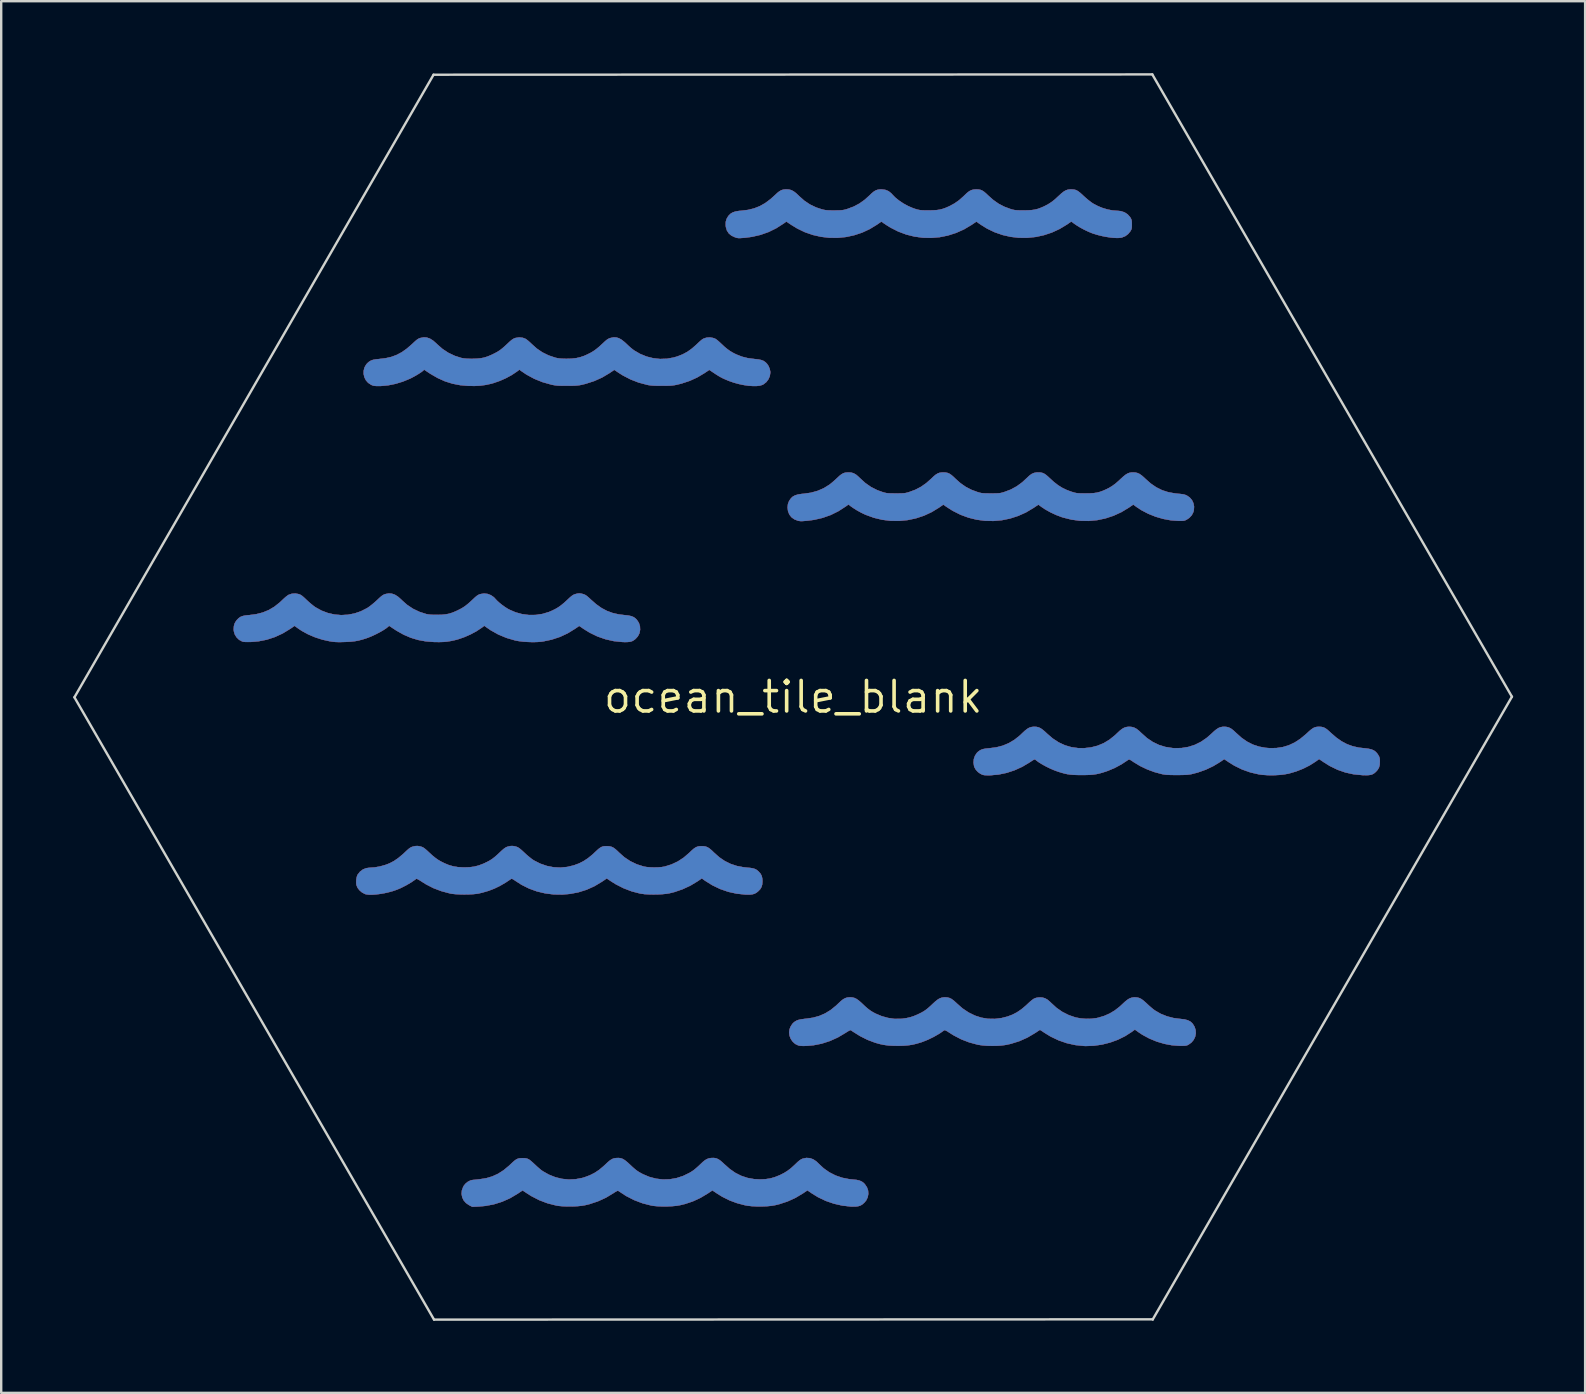
<source format=kicad_pcb>
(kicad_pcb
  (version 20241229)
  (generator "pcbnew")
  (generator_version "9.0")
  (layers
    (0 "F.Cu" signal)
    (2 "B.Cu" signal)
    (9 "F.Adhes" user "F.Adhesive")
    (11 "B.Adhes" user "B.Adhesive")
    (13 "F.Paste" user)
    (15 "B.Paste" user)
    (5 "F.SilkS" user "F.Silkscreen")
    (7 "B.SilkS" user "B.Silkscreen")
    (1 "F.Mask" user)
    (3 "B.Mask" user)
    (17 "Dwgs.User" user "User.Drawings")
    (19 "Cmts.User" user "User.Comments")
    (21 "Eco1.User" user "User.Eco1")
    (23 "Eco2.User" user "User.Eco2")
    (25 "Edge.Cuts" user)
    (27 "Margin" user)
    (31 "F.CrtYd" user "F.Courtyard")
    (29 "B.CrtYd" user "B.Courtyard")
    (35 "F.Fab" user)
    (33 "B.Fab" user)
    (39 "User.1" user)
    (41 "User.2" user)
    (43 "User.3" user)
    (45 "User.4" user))
  (footprint "ocean_tile_blank"
    (layer "F.Cu")
    (at 29.99 25.984)
    (property "Reference" "ocean_tile_blank" (at 0 0 0) (layer "F.SilkS") (effects (font (size 1.27 1.27) (thickness 0.15))))
    (attr through_hole)
    (fp_poly (pts (xy 0.692 19.208) (xy 0.833 19.258) (xy 0.968 19.349) (xy 1.055 19.433) (xy 1.268 19.633) (xy 1.506 19.8) (xy 1.765 19.932) (xy 2.044 20.027) (xy 2.337 20.085) (xy 2.48 20.099) (xy 2.635 20.115) (xy 2.757 20.142) (xy 2.855 20.184) (xy 2.937 20.244) (xy 2.985 20.294) (xy 3.071 20.421) (xy 3.119 20.558) (xy 3.129 20.701) (xy 3.102 20.841) (xy 3.039 20.971) (xy 2.966 21.06) (xy 2.884 21.132) (xy 2.8 21.182) (xy 2.704 21.212) (xy 2.588 21.226) (xy 2.442 21.225) (xy 2.401 21.224) (xy 2.044 21.184) (xy 1.694 21.104) (xy 1.355 20.987) (xy 1.034 20.833) (xy 0.785 20.68) (xy 0.594 20.549) (xy 0.399 20.68) (xy 0.088 20.865) (xy -0.236 21.012) (xy -0.581 21.125) (xy -0.769 21.171) (xy -0.927 21.196) (xy -1.114 21.213) (xy -1.317 21.22) (xy -1.524 21.219) (xy -1.723 21.209) (xy -1.901 21.189) (xy -2.002 21.171) (xy -2.34 21.082) (xy -2.653 20.966) (xy -2.949 20.818) (xy -3.158 20.689) (xy -3.365 20.551) (xy -3.573 20.689) (xy -3.871 20.866) (xy -4.179 21.008) (xy -4.505 21.117) (xy -4.72 21.169) (xy -4.87 21.194) (xy -5.048 21.21) (xy -5.243 21.219) (xy -5.442 21.22) (xy -5.633 21.213) (xy -5.804 21.198) (xy -5.915 21.18) (xy -6.278 21.087) (xy -6.626 20.954) (xy -6.962 20.782) (xy -7.286 20.569) (xy -7.29 20.566) (xy -7.321 20.569) (xy -7.381 20.598) (xy -7.469 20.653) (xy -7.491 20.668) (xy -7.803 20.856) (xy -8.135 21.007) (xy -8.488 21.124) (xy -8.678 21.17) (xy -8.828 21.194) (xy -9.007 21.211) (xy -9.202 21.22) (xy -9.402 21.22) (xy -9.593 21.213) (xy -9.765 21.198) (xy -9.873 21.18) (xy -10.237 21.087) (xy -10.584 20.955) (xy -10.912 20.785) (xy -11.062 20.69) (xy -11.143 20.637) (xy -11.209 20.593) (xy -11.254 20.563) (xy -11.271 20.553) (xy -11.289 20.564) (xy -11.335 20.594) (xy -11.402 20.638) (xy -11.48 20.69) (xy -11.797 20.878) (xy -12.129 21.025) (xy -12.473 21.133) (xy -12.829 21.199) (xy -13.092 21.222) (xy -13.367 21.235) (xy -13.504 21.163) (xy -13.632 21.075) (xy -13.726 20.965) (xy -13.786 20.837) (xy -13.811 20.698) (xy -13.799 20.554) (xy -13.747 20.411) (xy -13.715 20.354) (xy -13.639 20.262) (xy -13.541 20.187) (xy -13.435 20.136) (xy -13.369 20.121) (xy -13.311 20.115) (xy -13.225 20.106) (xy -13.123 20.095) (xy -13.052 20.087) (xy -12.78 20.044) (xy -12.529 19.969) (xy -12.293 19.861) (xy -12.066 19.716) (xy -11.844 19.533) (xy -11.779 19.472) (xy -11.678 19.376) (xy -11.596 19.306) (xy -11.528 19.259) (xy -11.463 19.23) (xy -11.395 19.215) (xy -11.314 19.21) (xy -11.271 19.209) (xy -11.186 19.211) (xy -11.116 19.221) (xy -11.053 19.241) (xy -10.989 19.276) (xy -10.918 19.331) (xy -10.83 19.409) (xy -10.754 19.481) (xy -10.666 19.563) (xy -10.576 19.641) (xy -10.496 19.707) (xy -10.435 19.751) (xy -10.177 19.897) (xy -9.908 20.004) (xy -9.63 20.072) (xy -9.347 20.1) (xy -9.064 20.087) (xy -8.784 20.034) (xy -8.678 20.002) (xy -8.463 19.921) (xy -8.27 19.823) (xy -8.086 19.701) (xy -7.903 19.549) (xy -7.825 19.476) (xy -7.721 19.378) (xy -7.637 19.308) (xy -7.565 19.26) (xy -7.498 19.229) (xy -7.427 19.211) (xy -7.365 19.204) (xy -7.266 19.201) (xy -7.178 19.214) (xy -7.092 19.246) (xy -7.003 19.302) (xy -6.901 19.385) (xy -6.807 19.472) (xy -6.689 19.583) (xy -6.589 19.669) (xy -6.499 19.739) (xy -6.408 19.798) (xy -6.306 19.854) (xy -6.255 19.881) (xy -5.984 19.994) (xy -5.705 20.066) (xy -5.423 20.098) (xy -5.14 20.09) (xy -4.86 20.041) (xy -4.585 19.952) (xy -4.319 19.823) (xy -4.194 19.746) (xy -4.123 19.694) (xy -4.036 19.622) (xy -3.943 19.54) (xy -3.874 19.474) (xy -3.767 19.372) (xy -3.678 19.3) (xy -3.598 19.251) (xy -3.519 19.221) (xy -3.433 19.205) (xy -3.405 19.202) (xy -3.298 19.201) (xy -3.204 19.218) (xy -3.115 19.257) (xy -3.021 19.322) (xy -2.914 19.416) (xy -2.876 19.453) (xy -2.646 19.658) (xy -2.409 19.823) (xy -2.163 19.947) (xy -1.904 20.033) (xy -1.63 20.082) (xy -1.386 20.095) (xy -1.162 20.086) (xy -0.96 20.056) (xy -0.766 20.002) (xy -0.563 19.92) (xy -0.532 19.906) (xy -0.372 19.824) (xy -0.228 19.733) (xy -0.089 19.627) (xy 0.057 19.495) (xy 0.107 19.447) (xy 0.201 19.357) (xy 0.277 19.295) (xy 0.341 19.255) (xy 0.391 19.233) (xy 0.545 19.2) (xy 0.692 19.208)) (stroke (width 0.01) (type solid)) (fill yes) (layer "F.Cu"))
    (fp_poly (pts (xy 6.425 12.516) (xy 6.511 12.538) (xy 6.595 12.579) (xy 6.686 12.645) (xy 6.79 12.739) (xy 6.821 12.769) (xy 7.058 12.976) (xy 7.308 13.143) (xy 7.569 13.271) (xy 7.838 13.358) (xy 8.116 13.404) (xy 8.399 13.409) (xy 8.686 13.373) (xy 8.932 13.31) (xy 9.135 13.233) (xy 9.323 13.135) (xy 9.507 13.01) (xy 9.694 12.854) (xy 9.759 12.793) (xy 9.864 12.695) (xy 9.949 12.624) (xy 10.02 12.574) (xy 10.087 12.543) (xy 10.157 12.525) (xy 10.238 12.515) (xy 10.247 12.514) (xy 10.374 12.518) (xy 10.489 12.55) (xy 10.601 12.614) (xy 10.716 12.714) (xy 10.742 12.741) (xy 10.967 12.947) (xy 11.213 13.118) (xy 11.477 13.251) (xy 11.754 13.346) (xy 11.761 13.348) (xy 11.97 13.388) (xy 12.197 13.406) (xy 12.424 13.402) (xy 12.637 13.375) (xy 12.706 13.36) (xy 12.959 13.284) (xy 13.188 13.183) (xy 13.403 13.053) (xy 13.612 12.889) (xy 13.724 12.785) (xy 13.838 12.679) (xy 13.935 12.603) (xy 14.021 12.553) (xy 14.105 12.524) (xy 14.194 12.511) (xy 14.235 12.51) (xy 14.329 12.517) (xy 14.416 12.539) (xy 14.501 12.581) (xy 14.593 12.648) (xy 14.701 12.743) (xy 14.741 12.781) (xy 14.83 12.864) (xy 14.924 12.945) (xy 15.01 13.015) (xy 15.068 13.058) (xy 15.311 13.198) (xy 15.576 13.304) (xy 15.859 13.376) (xy 16.133 13.41) (xy 16.305 13.43) (xy 16.443 13.468) (xy 16.552 13.525) (xy 16.629 13.595) (xy 16.714 13.726) (xy 16.761 13.865) (xy 16.771 14.008) (xy 16.745 14.147) (xy 16.684 14.277) (xy 16.591 14.39) (xy 16.465 14.481) (xy 16.458 14.485) (xy 16.418 14.504) (xy 16.376 14.517) (xy 16.323 14.525) (xy 16.25 14.528) (xy 16.147 14.529) (xy 16.097 14.528) (xy 15.782 14.506) (xy 15.461 14.446) (xy 15.143 14.351) (xy 14.835 14.224) (xy 14.547 14.068) (xy 14.386 13.961) (xy 14.234 13.852) (xy 14.11 13.943) (xy 13.83 14.123) (xy 13.526 14.274) (xy 13.202 14.392) (xy 12.866 14.477) (xy 12.525 14.526) (xy 12.184 14.538) (xy 12.118 14.535) (xy 11.752 14.497) (xy 11.396 14.418) (xy 11.052 14.299) (xy 10.722 14.141) (xy 10.482 13.994) (xy 10.404 13.942) (xy 10.339 13.9) (xy 10.295 13.872) (xy 10.281 13.864) (xy 10.261 13.875) (xy 10.214 13.905) (xy 10.146 13.95) (xy 10.067 14.002) (xy 9.752 14.187) (xy 9.417 14.336) (xy 9.064 14.446) (xy 8.858 14.491) (xy 8.693 14.514) (xy 8.501 14.528) (xy 8.296 14.532) (xy 8.091 14.527) (xy 7.898 14.513) (xy 7.73 14.489) (xy 7.691 14.482) (xy 7.334 14.386) (xy 7 14.257) (xy 6.681 14.091) (xy 6.521 13.99) (xy 6.417 13.923) (xy 6.344 13.885) (xy 6.304 13.874) (xy 6.298 13.877) (xy 6.09 14.02) (xy 5.854 14.156) (xy 5.608 14.276) (xy 5.365 14.372) (xy 5.307 14.391) (xy 5.124 14.445) (xy 4.953 14.484) (xy 4.783 14.509) (xy 4.6 14.524) (xy 4.39 14.529) (xy 4.35 14.529) (xy 4.134 14.525) (xy 3.947 14.513) (xy 3.776 14.489) (xy 3.606 14.453) (xy 3.426 14.402) (xy 3.393 14.391) (xy 3.089 14.276) (xy 2.784 14.122) (xy 2.482 13.933) (xy 2.403 13.877) (xy 2.373 13.878) (xy 2.315 13.905) (xy 2.226 13.959) (xy 2.179 13.99) (xy 1.862 14.178) (xy 1.532 14.327) (xy 1.193 14.437) (xy 0.846 14.506) (xy 0.551 14.532) (xy 0.424 14.535) (xy 0.328 14.532) (xy 0.254 14.522) (xy 0.204 14.508) (xy 0.084 14.449) (xy -0.019 14.356) (xy -0.099 14.24) (xy -0.151 14.106) (xy -0.169 13.967) (xy -0.152 13.847) (xy -0.103 13.724) (xy -0.032 13.615) (xy 0.007 13.573) (xy 0.075 13.519) (xy 0.148 13.477) (xy 0.236 13.447) (xy 0.346 13.424) (xy 0.488 13.406) (xy 0.54 13.401) (xy 0.826 13.359) (xy 1.087 13.287) (xy 1.331 13.181) (xy 1.561 13.04) (xy 1.784 12.86) (xy 1.881 12.768) (xy 1.99 12.665) (xy 2.083 12.592) (xy 2.169 12.545) (xy 2.255 12.519) (xy 2.35 12.51) (xy 2.371 12.509) (xy 2.465 12.515) (xy 2.55 12.536) (xy 2.634 12.576) (xy 2.724 12.638) (xy 2.828 12.728) (xy 2.888 12.784) (xy 3.006 12.895) (xy 3.106 12.981) (xy 3.196 13.05) (xy 3.288 13.11) (xy 3.389 13.166) (xy 3.44 13.192) (xy 3.687 13.296) (xy 3.948 13.368) (xy 4.211 13.406) (xy 4.469 13.407) (xy 4.553 13.4) (xy 4.731 13.374) (xy 4.884 13.339) (xy 5.031 13.29) (xy 5.189 13.223) (xy 5.2 13.218) (xy 5.322 13.158) (xy 5.426 13.101) (xy 5.52 13.038) (xy 5.616 12.962) (xy 5.723 12.868) (xy 5.812 12.784) (xy 5.926 12.679) (xy 6.022 12.604) (xy 6.108 12.553) (xy 6.191 12.524) (xy 6.28 12.511) (xy 6.329 12.509) (xy 6.425 12.516)) (stroke (width 0.01) (type solid)) (fill yes) (layer "F.Cu"))
    (fp_poly (pts (xy 14.109 1.249) (xy 14.207 1.277) (xy 14.304 1.329) (xy 14.407 1.41) (xy 14.511 1.509) (xy 14.737 1.711) (xy 14.979 1.874) (xy 15.235 1.997) (xy 15.507 2.081) (xy 15.796 2.126) (xy 15.886 2.132) (xy 16.18 2.126) (xy 16.461 2.08) (xy 16.728 1.995) (xy 16.982 1.87) (xy 17.225 1.704) (xy 17.42 1.533) (xy 17.535 1.426) (xy 17.63 1.348) (xy 17.714 1.294) (xy 17.792 1.261) (xy 17.874 1.245) (xy 17.949 1.24) (xy 18.055 1.247) (xy 18.149 1.271) (xy 18.239 1.317) (xy 18.335 1.389) (xy 18.446 1.492) (xy 18.449 1.496) (xy 18.674 1.698) (xy 18.907 1.86) (xy 19.15 1.983) (xy 19.408 2.068) (xy 19.683 2.118) (xy 19.854 2.131) (xy 20.134 2.126) (xy 20.398 2.086) (xy 20.649 2.01) (xy 20.891 1.896) (xy 21.127 1.742) (xy 21.361 1.548) (xy 21.39 1.521) (xy 21.5 1.42) (xy 21.588 1.346) (xy 21.662 1.296) (xy 21.73 1.264) (xy 21.799 1.247) (xy 21.877 1.241) (xy 21.907 1.24) (xy 21.999 1.245) (xy 22.077 1.261) (xy 22.151 1.293) (xy 22.229 1.345) (xy 22.32 1.422) (xy 22.395 1.492) (xy 22.618 1.687) (xy 22.839 1.843) (xy 23.066 1.964) (xy 23.304 2.051) (xy 23.561 2.109) (xy 23.792 2.135) (xy 23.956 2.154) (xy 24.086 2.183) (xy 24.189 2.227) (xy 24.272 2.289) (xy 24.343 2.374) (xy 24.379 2.431) (xy 24.41 2.489) (xy 24.427 2.543) (xy 24.435 2.61) (xy 24.437 2.699) (xy 24.429 2.832) (xy 24.401 2.938) (xy 24.348 3.03) (xy 24.272 3.115) (xy 24.208 3.171) (xy 24.144 3.211) (xy 24.072 3.238) (xy 23.983 3.252) (xy 23.869 3.257) (xy 23.723 3.254) (xy 23.701 3.253) (xy 23.345 3.218) (xy 23.003 3.143) (xy 22.673 3.028) (xy 22.353 2.872) (xy 22.109 2.72) (xy 21.908 2.584) (xy 21.753 2.695) (xy 21.512 2.848) (xy 21.242 2.984) (xy 20.953 3.098) (xy 20.658 3.185) (xy 20.638 3.19) (xy 20.45 3.224) (xy 20.235 3.247) (xy 20.006 3.258) (xy 19.775 3.256) (xy 19.556 3.242) (xy 19.399 3.221) (xy 19.043 3.139) (xy 18.7 3.017) (xy 18.372 2.856) (xy 18.153 2.72) (xy 17.956 2.587) (xy 17.79 2.701) (xy 17.503 2.875) (xy 17.191 3.024) (xy 16.863 3.141) (xy 16.595 3.211) (xy 16.516 3.225) (xy 16.43 3.236) (xy 16.329 3.243) (xy 16.205 3.247) (xy 16.049 3.249) (xy 15.981 3.249) (xy 15.812 3.248) (xy 15.677 3.245) (xy 15.568 3.239) (xy 15.477 3.23) (xy 15.397 3.217) (xy 15.367 3.211) (xy 15.053 3.127) (xy 14.743 3.012) (xy 14.449 2.871) (xy 14.181 2.709) (xy 14.171 2.701) (xy 14.092 2.648) (xy 14.039 2.616) (xy 14.004 2.602) (xy 13.98 2.603) (xy 13.959 2.614) (xy 13.673 2.803) (xy 13.391 2.955) (xy 13.108 3.074) (xy 13.031 3.101) (xy 12.879 3.15) (xy 12.746 3.186) (xy 12.623 3.213) (xy 12.497 3.231) (xy 12.36 3.242) (xy 12.201 3.248) (xy 12.023 3.249) (xy 11.833 3.248) (xy 11.676 3.242) (xy 11.54 3.23) (xy 11.415 3.212) (xy 11.291 3.184) (xy 11.157 3.147) (xy 11.014 3.101) (xy 10.863 3.045) (xy 10.703 2.976) (xy 10.543 2.898) (xy 10.391 2.815) (xy 10.256 2.734) (xy 10.149 2.658) (xy 10.105 2.622) (xy 10.085 2.605) (xy 10.065 2.598) (xy 10.039 2.604) (xy 9.998 2.625) (xy 9.936 2.664) (xy 9.851 2.721) (xy 9.545 2.903) (xy 9.225 3.049) (xy 8.895 3.158) (xy 8.561 3.228) (xy 8.227 3.259) (xy 8.149 3.26) (xy 8.045 3.259) (xy 7.97 3.255) (xy 7.914 3.245) (xy 7.865 3.228) (xy 7.811 3.202) (xy 7.808 3.201) (xy 7.7 3.126) (xy 7.61 3.029) (xy 7.549 2.921) (xy 7.536 2.883) (xy 7.514 2.733) (xy 7.527 2.585) (xy 7.574 2.448) (xy 7.652 2.33) (xy 7.694 2.288) (xy 7.763 2.235) (xy 7.833 2.196) (xy 7.915 2.169) (xy 8.019 2.15) (xy 8.154 2.137) (xy 8.169 2.135) (xy 8.465 2.097) (xy 8.736 2.026) (xy 8.987 1.92) (xy 9.224 1.778) (xy 9.451 1.596) (xy 9.544 1.507) (xy 9.656 1.403) (xy 9.75 1.328) (xy 9.836 1.279) (xy 9.923 1.251) (xy 10.017 1.241) (xy 10.054 1.24) (xy 10.143 1.246) (xy 10.224 1.265) (xy 10.303 1.301) (xy 10.387 1.359) (xy 10.485 1.441) (xy 10.583 1.533) (xy 10.817 1.733) (xy 11.061 1.892) (xy 11.318 2.011) (xy 11.587 2.09) (xy 11.869 2.129) (xy 12.118 2.132) (xy 12.407 2.1) (xy 12.679 2.03) (xy 12.936 1.923) (xy 13.179 1.776) (xy 13.411 1.589) (xy 13.493 1.511) (xy 13.607 1.404) (xy 13.706 1.327) (xy 13.797 1.277) (xy 13.888 1.25) (xy 13.987 1.24) (xy 14.002 1.24) (xy 14.109 1.249)) (stroke (width 0.01) (type solid)) (fill yes) (layer "F.Cu"))
    (fp_poly (pts (xy 10.29 -9.352) (xy 10.374 -9.337) (xy 10.449 -9.306) (xy 10.527 -9.256) (xy 10.616 -9.18) (xy 10.679 -9.121) (xy 10.862 -8.955) (xy 11.036 -8.82) (xy 11.209 -8.712) (xy 11.391 -8.624) (xy 11.59 -8.55) (xy 11.631 -8.538) (xy 11.705 -8.516) (xy 11.769 -8.5) (xy 11.833 -8.49) (xy 11.906 -8.484) (xy 11.999 -8.481) (xy 12.119 -8.48) (xy 12.181 -8.48) (xy 12.363 -8.482) (xy 12.513 -8.492) (xy 12.642 -8.51) (xy 12.763 -8.54) (xy 12.884 -8.582) (xy 13.018 -8.64) (xy 13.026 -8.643) (xy 13.169 -8.715) (xy 13.299 -8.795) (xy 13.425 -8.888) (xy 13.56 -9.005) (xy 13.636 -9.076) (xy 13.749 -9.18) (xy 13.842 -9.255) (xy 13.924 -9.306) (xy 14.003 -9.337) (xy 14.085 -9.352) (xy 14.161 -9.355) (xy 14.259 -9.349) (xy 14.346 -9.328) (xy 14.43 -9.289) (xy 14.52 -9.226) (xy 14.622 -9.136) (xy 14.679 -9.082) (xy 14.901 -8.887) (xy 15.128 -8.732) (xy 15.367 -8.614) (xy 15.624 -8.531) (xy 15.904 -8.48) (xy 16.039 -8.466) (xy 16.159 -8.455) (xy 16.249 -8.442) (xy 16.32 -8.424) (xy 16.383 -8.398) (xy 16.395 -8.393) (xy 16.517 -8.311) (xy 16.61 -8.203) (xy 16.671 -8.074) (xy 16.699 -7.933) (xy 16.69 -7.785) (xy 16.668 -7.702) (xy 16.602 -7.572) (xy 16.501 -7.464) (xy 16.401 -7.397) (xy 16.349 -7.369) (xy 16.303 -7.351) (xy 16.254 -7.341) (xy 16.19 -7.337) (xy 16.099 -7.337) (xy 16.055 -7.337) (xy 15.738 -7.36) (xy 15.415 -7.42) (xy 15.095 -7.513) (xy 14.786 -7.637) (xy 14.499 -7.788) (xy 14.32 -7.906) (xy 14.166 -8.017) (xy 13.989 -7.895) (xy 13.676 -7.705) (xy 13.348 -7.554) (xy 13.008 -7.441) (xy 12.66 -7.368) (xy 12.305 -7.335) (xy 11.948 -7.342) (xy 11.592 -7.39) (xy 11.239 -7.479) (xy 11.191 -7.494) (xy 10.948 -7.586) (xy 10.711 -7.697) (xy 10.493 -7.82) (xy 10.368 -7.903) (xy 10.213 -8.014) (xy 10.012 -7.879) (xy 9.699 -7.692) (xy 9.372 -7.545) (xy 9.035 -7.436) (xy 8.69 -7.365) (xy 8.341 -7.334) (xy 7.991 -7.341) (xy 7.644 -7.387) (xy 7.302 -7.472) (xy 6.969 -7.595) (xy 6.648 -7.757) (xy 6.45 -7.881) (xy 6.253 -8.014) (xy 6.081 -7.895) (xy 5.774 -7.707) (xy 5.45 -7.556) (xy 5.113 -7.444) (xy 4.767 -7.371) (xy 4.416 -7.336) (xy 4.062 -7.34) (xy 3.708 -7.384) (xy 3.36 -7.468) (xy 3.02 -7.592) (xy 3.009 -7.596) (xy 2.837 -7.678) (xy 2.661 -7.775) (xy 2.498 -7.877) (xy 2.397 -7.949) (xy 2.303 -8.021) (xy 2.194 -7.942) (xy 1.884 -7.742) (xy 1.56 -7.582) (xy 1.22 -7.462) (xy 0.864 -7.38) (xy 0.603 -7.346) (xy 0.48 -7.335) (xy 0.39 -7.328) (xy 0.323 -7.327) (xy 0.271 -7.331) (xy 0.224 -7.339) (xy 0.201 -7.344) (xy 0.051 -7.402) (xy -0.07 -7.489) (xy -0.158 -7.602) (xy -0.213 -7.738) (xy -0.232 -7.895) (xy -0.232 -7.895) (xy -0.216 -8.042) (xy -0.167 -8.169) (xy -0.088 -8.28) (xy -0.015 -8.347) (xy 0.076 -8.397) (xy 0.191 -8.433) (xy 0.336 -8.457) (xy 0.441 -8.467) (xy 0.738 -8.509) (xy 1.017 -8.586) (xy 1.276 -8.698) (xy 1.511 -8.844) (xy 1.511 -8.844) (xy 1.58 -8.898) (xy 1.667 -8.972) (xy 1.759 -9.054) (xy 1.831 -9.121) (xy 1.932 -9.214) (xy 2.015 -9.279) (xy 2.091 -9.321) (xy 2.169 -9.345) (xy 2.258 -9.354) (xy 2.32 -9.355) (xy 2.427 -9.346) (xy 2.524 -9.316) (xy 2.619 -9.261) (xy 2.72 -9.175) (xy 2.781 -9.116) (xy 3.005 -8.912) (xy 3.243 -8.746) (xy 3.5 -8.616) (xy 3.719 -8.537) (xy 3.791 -8.516) (xy 3.853 -8.5) (xy 3.916 -8.49) (xy 3.988 -8.484) (xy 4.079 -8.481) (xy 4.198 -8.48) (xy 4.276 -8.479) (xy 4.413 -8.48) (xy 4.518 -8.482) (xy 4.599 -8.486) (xy 4.666 -8.494) (xy 4.727 -8.507) (xy 4.792 -8.525) (xy 4.832 -8.537) (xy 5.091 -8.633) (xy 5.326 -8.756) (xy 5.547 -8.911) (xy 5.756 -9.097) (xy 5.86 -9.197) (xy 5.947 -9.267) (xy 6.026 -9.314) (xy 6.104 -9.341) (xy 6.191 -9.353) (xy 6.255 -9.355) (xy 6.352 -9.35) (xy 6.434 -9.333) (xy 6.512 -9.3) (xy 6.592 -9.245) (xy 6.685 -9.164) (xy 6.754 -9.097) (xy 6.968 -8.906) (xy 7.189 -8.752) (xy 7.425 -8.63) (xy 7.677 -8.537) (xy 7.749 -8.516) (xy 7.811 -8.5) (xy 7.874 -8.49) (xy 7.946 -8.484) (xy 8.037 -8.481) (xy 8.156 -8.48) (xy 8.234 -8.479) (xy 8.372 -8.48) (xy 8.476 -8.482) (xy 8.557 -8.486) (xy 8.624 -8.494) (xy 8.685 -8.507) (xy 8.751 -8.525) (xy 8.79 -8.537) (xy 9.064 -8.64) (xy 9.314 -8.776) (xy 9.547 -8.947) (xy 9.726 -9.114) (xy 9.836 -9.218) (xy 9.933 -9.289) (xy 10.029 -9.332) (xy 10.13 -9.352) (xy 10.189 -9.355) (xy 10.29 -9.352)) (stroke (width 0.01) (type solid)) (fill yes) (layer "F.Cu"))
    (fp_poly (pts (xy -8.814 -4.304) (xy -8.743 -4.284) (xy -8.689 -4.265) (xy -8.637 -4.237) (xy -8.578 -4.194) (xy -8.506 -4.131) (xy -8.425 -4.055) (xy -8.203 -3.861) (xy -7.983 -3.705) (xy -7.756 -3.585) (xy -7.517 -3.497) (xy -7.26 -3.439) (xy -7.003 -3.409) (xy -6.851 -3.392) (xy -6.732 -3.364) (xy -6.637 -3.323) (xy -6.558 -3.263) (xy -6.51 -3.212) (xy -6.427 -3.084) (xy -6.382 -2.94) (xy -6.377 -2.795) (xy -6.407 -2.65) (xy -6.473 -2.525) (xy -6.571 -2.418) (xy -6.642 -2.364) (xy -6.714 -2.325) (xy -6.798 -2.301) (xy -6.901 -2.29) (xy -7.032 -2.289) (xy -7.118 -2.292) (xy -7.471 -2.329) (xy -7.817 -2.407) (xy -8.153 -2.524) (xy -8.475 -2.681) (xy -8.711 -2.826) (xy -8.913 -2.963) (xy -9.076 -2.85) (xy -9.389 -2.657) (xy -9.717 -2.504) (xy -10.06 -2.391) (xy -10.42 -2.315) (xy -10.488 -2.306) (xy -10.652 -2.292) (xy -10.842 -2.287) (xy -11.043 -2.293) (xy -11.243 -2.307) (xy -11.428 -2.329) (xy -11.578 -2.357) (xy -11.941 -2.463) (xy -12.282 -2.605) (xy -12.602 -2.784) (xy -12.798 -2.919) (xy -12.865 -2.968) (xy -12.98 -2.883) (xy -13.199 -2.738) (xy -13.446 -2.606) (xy -13.707 -2.492) (xy -13.966 -2.403) (xy -14.076 -2.374) (xy -14.252 -2.335) (xy -14.414 -2.309) (xy -14.576 -2.294) (xy -14.752 -2.289) (xy -14.955 -2.292) (xy -14.962 -2.292) (xy -15.304 -2.319) (xy -15.624 -2.378) (xy -15.929 -2.47) (xy -16.226 -2.598) (xy -16.523 -2.765) (xy -16.634 -2.837) (xy -16.83 -2.968) (xy -16.877 -2.926) (xy -16.963 -2.857) (xy -17.082 -2.78) (xy -17.222 -2.699) (xy -17.377 -2.619) (xy -17.535 -2.544) (xy -17.69 -2.48) (xy -17.789 -2.444) (xy -17.957 -2.392) (xy -18.109 -2.353) (xy -18.26 -2.325) (xy -18.423 -2.307) (xy -18.609 -2.296) (xy -18.69 -2.293) (xy -18.84 -2.289) (xy -18.959 -2.289) (xy -19.059 -2.292) (xy -19.153 -2.301) (xy -19.251 -2.314) (xy -19.315 -2.325) (xy -19.617 -2.392) (xy -19.916 -2.489) (xy -20.201 -2.61) (xy -20.462 -2.752) (xy -20.603 -2.845) (xy -20.769 -2.965) (xy -20.952 -2.84) (xy -21.266 -2.649) (xy -21.592 -2.499) (xy -21.927 -2.389) (xy -22.272 -2.321) (xy -22.574 -2.295) (xy -22.708 -2.292) (xy -22.807 -2.293) (xy -22.879 -2.298) (xy -22.932 -2.309) (xy -22.953 -2.316) (xy -23.081 -2.385) (xy -23.184 -2.485) (xy -23.259 -2.607) (xy -23.299 -2.745) (xy -23.305 -2.82) (xy -23.295 -2.959) (xy -23.262 -3.071) (xy -23.202 -3.171) (xy -23.171 -3.209) (xy -23.102 -3.28) (xy -23.031 -3.331) (xy -22.95 -3.367) (xy -22.848 -3.391) (xy -22.716 -3.407) (xy -22.669 -3.41) (xy -22.369 -3.449) (xy -22.095 -3.519) (xy -21.842 -3.623) (xy -21.606 -3.763) (xy -21.383 -3.941) (xy -21.289 -4.03) (xy -21.209 -4.105) (xy -21.132 -4.173) (xy -21.065 -4.225) (xy -21.024 -4.252) (xy -20.882 -4.301) (xy -20.732 -4.31) (xy -20.607 -4.288) (xy -20.554 -4.27) (xy -20.505 -4.246) (xy -20.453 -4.21) (xy -20.391 -4.157) (xy -20.309 -4.082) (xy -20.269 -4.043) (xy -20.175 -3.957) (xy -20.075 -3.871) (xy -19.982 -3.796) (xy -19.906 -3.741) (xy -19.9 -3.737) (xy -19.648 -3.598) (xy -19.383 -3.498) (xy -19.108 -3.435) (xy -18.829 -3.411) (xy -18.549 -3.426) (xy -18.273 -3.479) (xy -18.006 -3.57) (xy -17.751 -3.7) (xy -17.737 -3.708) (xy -17.647 -3.77) (xy -17.539 -3.854) (xy -17.426 -3.95) (xy -17.333 -4.034) (xy -17.24 -4.122) (xy -17.168 -4.185) (xy -17.112 -4.229) (xy -17.063 -4.258) (xy -17.014 -4.278) (xy -16.984 -4.288) (xy -16.848 -4.313) (xy -16.719 -4.304) (xy -16.592 -4.26) (xy -16.463 -4.179) (xy -16.327 -4.059) (xy -16.302 -4.033) (xy -16.081 -3.837) (xy -15.836 -3.674) (xy -15.567 -3.546) (xy -15.287 -3.456) (xy -15.202 -3.439) (xy -15.099 -3.428) (xy -14.97 -3.422) (xy -14.827 -3.421) (xy -14.64 -3.426) (xy -14.482 -3.441) (xy -14.339 -3.468) (xy -14.2 -3.511) (xy -14.05 -3.573) (xy -13.972 -3.61) (xy -13.851 -3.671) (xy -13.746 -3.732) (xy -13.648 -3.799) (xy -13.547 -3.88) (xy -13.433 -3.981) (xy -13.352 -4.057) (xy -13.262 -4.141) (xy -13.194 -4.2) (xy -13.138 -4.24) (xy -13.087 -4.267) (xy -13.032 -4.286) (xy -13.027 -4.287) (xy -12.878 -4.31) (xy -12.729 -4.293) (xy -12.589 -4.24) (xy -12.466 -4.153) (xy -12.405 -4.086) (xy -12.334 -4.011) (xy -12.237 -3.923) (xy -12.123 -3.832) (xy -12.003 -3.746) (xy -11.888 -3.673) (xy -11.833 -3.643) (xy -11.566 -3.527) (xy -11.289 -3.451) (xy -11.006 -3.415) (xy -10.723 -3.418) (xy -10.443 -3.46) (xy -10.17 -3.542) (xy -10.04 -3.598) (xy -9.901 -3.667) (xy -9.779 -3.739) (xy -9.663 -3.822) (xy -9.541 -3.923) (xy -9.408 -4.045) (xy -9.314 -4.133) (xy -9.242 -4.195) (xy -9.185 -4.237) (xy -9.133 -4.265) (xy -9.081 -4.284) (xy -9.079 -4.285) (xy -8.98 -4.309) (xy -8.899 -4.316) (xy -8.814 -4.304)) (stroke (width 0.01) (type solid)) (fill yes) (layer "F.Cu"))
    (fp_poly (pts (xy -0.171 -21.138) (xy -0.075 -21.112) (xy 0.018 -21.063) (xy 0.118 -20.988) (xy 0.232 -20.881) (xy 0.243 -20.869) (xy 0.464 -20.672) (xy 0.701 -20.514) (xy 0.959 -20.391) (xy 1.187 -20.316) (xy 1.262 -20.297) (xy 1.332 -20.283) (xy 1.407 -20.275) (xy 1.497 -20.27) (xy 1.613 -20.268) (xy 1.714 -20.268) (xy 1.849 -20.269) (xy 1.952 -20.272) (xy 2.032 -20.278) (xy 2.1 -20.288) (xy 2.165 -20.302) (xy 2.237 -20.323) (xy 2.25 -20.327) (xy 2.517 -20.426) (xy 2.76 -20.555) (xy 2.987 -20.717) (xy 3.175 -20.888) (xy 3.279 -20.988) (xy 3.366 -21.058) (xy 3.445 -21.105) (xy 3.524 -21.131) (xy 3.612 -21.143) (xy 3.674 -21.145) (xy 3.831 -21.127) (xy 3.968 -21.073) (xy 4.085 -20.981) (xy 4.121 -20.941) (xy 4.248 -20.809) (xy 4.408 -20.679) (xy 4.59 -20.557) (xy 4.787 -20.45) (xy 4.987 -20.364) (xy 5.092 -20.328) (xy 5.166 -20.306) (xy 5.23 -20.291) (xy 5.295 -20.281) (xy 5.369 -20.274) (xy 5.462 -20.271) (xy 5.585 -20.27) (xy 5.641 -20.27) (xy 5.821 -20.272) (xy 5.971 -20.282) (xy 6.101 -20.3) (xy 6.221 -20.33) (xy 6.345 -20.373) (xy 6.481 -20.432) (xy 6.511 -20.446) (xy 6.721 -20.559) (xy 6.914 -20.695) (xy 7.103 -20.863) (xy 7.137 -20.897) (xy 7.242 -20.997) (xy 7.333 -21.067) (xy 7.419 -21.112) (xy 7.51 -21.136) (xy 7.614 -21.144) (xy 7.631 -21.144) (xy 7.724 -21.14) (xy 7.802 -21.125) (xy 7.875 -21.095) (xy 7.951 -21.045) (xy 8.039 -20.97) (xy 8.123 -20.89) (xy 8.339 -20.699) (xy 8.559 -20.545) (xy 8.793 -20.423) (xy 9.048 -20.328) (xy 9.053 -20.327) (xy 9.126 -20.305) (xy 9.189 -20.29) (xy 9.253 -20.28) (xy 9.326 -20.274) (xy 9.419 -20.271) (xy 9.541 -20.27) (xy 9.599 -20.27) (xy 9.78 -20.272) (xy 9.93 -20.282) (xy 10.059 -20.3) (xy 10.179 -20.329) (xy 10.301 -20.372) (xy 10.435 -20.429) (xy 10.447 -20.435) (xy 10.609 -20.518) (xy 10.757 -20.613) (xy 10.903 -20.727) (xy 11.059 -20.871) (xy 11.062 -20.873) (xy 11.175 -20.978) (xy 11.272 -21.054) (xy 11.358 -21.104) (xy 11.443 -21.133) (xy 11.533 -21.144) (xy 11.565 -21.145) (xy 11.656 -21.142) (xy 11.733 -21.131) (xy 11.802 -21.106) (xy 11.874 -21.064) (xy 11.955 -21.001) (xy 12.053 -20.913) (xy 12.092 -20.876) (xy 12.19 -20.788) (xy 12.295 -20.699) (xy 12.396 -20.621) (xy 12.48 -20.562) (xy 12.493 -20.554) (xy 12.68 -20.454) (xy 12.886 -20.37) (xy 13.097 -20.307) (xy 13.302 -20.268) (xy 13.468 -20.256) (xy 13.644 -20.24) (xy 13.798 -20.19) (xy 13.926 -20.109) (xy 14.027 -19.999) (xy 14.048 -19.966) (xy 14.078 -19.91) (xy 14.096 -19.859) (xy 14.105 -19.798) (xy 14.107 -19.713) (xy 14.108 -19.683) (xy 14.106 -19.591) (xy 14.1 -19.526) (xy 14.085 -19.475) (xy 14.059 -19.424) (xy 14.043 -19.398) (xy 13.952 -19.287) (xy 13.833 -19.199) (xy 13.696 -19.143) (xy 13.664 -19.135) (xy 13.551 -19.123) (xy 13.406 -19.124) (xy 13.238 -19.139) (xy 13.055 -19.166) (xy 12.867 -19.203) (xy 12.68 -19.249) (xy 12.503 -19.303) (xy 12.467 -19.315) (xy 12.304 -19.382) (xy 12.126 -19.466) (xy 11.951 -19.561) (xy 11.794 -19.658) (xy 11.742 -19.694) (xy 11.584 -19.807) (xy 11.407 -19.685) (xy 11.1 -19.499) (xy 10.778 -19.35) (xy 10.444 -19.239) (xy 10.103 -19.165) (xy 9.757 -19.129) (xy 9.41 -19.13) (xy 9.065 -19.169) (xy 8.726 -19.246) (xy 8.397 -19.36) (xy 8.081 -19.511) (xy 7.811 -19.679) (xy 7.632 -19.804) (xy 7.43 -19.668) (xy 7.115 -19.481) (xy 6.786 -19.334) (xy 6.447 -19.225) (xy 6.1 -19.155) (xy 5.75 -19.125) (xy 5.4 -19.133) (xy 5.051 -19.181) (xy 4.707 -19.267) (xy 4.372 -19.393) (xy 4.049 -19.558) (xy 3.873 -19.668) (xy 3.671 -19.804) (xy 3.492 -19.679) (xy 3.189 -19.494) (xy 2.871 -19.346) (xy 2.54 -19.236) (xy 2.2 -19.163) (xy 1.855 -19.128) (xy 1.508 -19.131) (xy 1.162 -19.171) (xy 0.822 -19.248) (xy 0.49 -19.363) (xy 0.171 -19.516) (xy -0.085 -19.673) (xy -0.283 -19.807) (xy -0.39 -19.73) (xy -0.7 -19.531) (xy -1.025 -19.371) (xy -1.365 -19.251) (xy -1.722 -19.169) (xy -1.979 -19.135) (xy -2.102 -19.124) (xy -2.191 -19.118) (xy -2.257 -19.116) (xy -2.309 -19.12) (xy -2.356 -19.13) (xy -2.406 -19.146) (xy -2.427 -19.153) (xy -2.572 -19.221) (xy -2.682 -19.314) (xy -2.759 -19.432) (xy -2.802 -19.576) (xy -2.81 -19.652) (xy -2.807 -19.794) (xy -2.772 -19.916) (xy -2.704 -20.03) (xy -2.678 -20.062) (xy -2.607 -20.131) (xy -2.521 -20.183) (xy -2.414 -20.22) (xy -2.278 -20.245) (xy -2.151 -20.257) (xy -1.877 -20.291) (xy -1.625 -20.353) (xy -1.39 -20.446) (xy -1.165 -20.573) (xy -0.945 -20.737) (xy -0.762 -20.902) (xy -0.658 -20.999) (xy -0.571 -21.067) (xy -0.492 -21.111) (xy -0.411 -21.135) (xy -0.32 -21.145) (xy -0.277 -21.145) (xy -0.171 -21.138)) (stroke (width 0.01) (type solid)) (fill yes) (layer "F.Cu"))
    (fp_poly (pts (xy -15.534 6.224) (xy -15.497 6.235) (xy -15.445 6.254) (xy -15.393 6.282) (xy -15.335 6.325) (xy -15.261 6.388) (xy -15.17 6.473) (xy -15.031 6.6) (xy -14.908 6.701) (xy -14.789 6.785) (xy -14.663 6.858) (xy -14.532 6.923) (xy -14.343 7.002) (xy -14.157 7.055) (xy -13.961 7.086) (xy -13.743 7.098) (xy -13.695 7.099) (xy -13.474 7.091) (xy -13.279 7.065) (xy -13.095 7.017) (xy -12.908 6.946) (xy -12.835 6.912) (xy -12.716 6.854) (xy -12.616 6.798) (xy -12.525 6.738) (xy -12.433 6.666) (xy -12.331 6.577) (xy -12.222 6.475) (xy -12.127 6.387) (xy -12.055 6.325) (xy -11.996 6.282) (xy -11.945 6.254) (xy -11.893 6.235) (xy -11.893 6.235) (xy -11.779 6.208) (xy -11.68 6.205) (xy -11.573 6.225) (xy -11.539 6.235) (xy -11.49 6.252) (xy -11.441 6.279) (xy -11.385 6.319) (xy -11.316 6.377) (xy -11.226 6.459) (xy -11.189 6.494) (xy -11.093 6.582) (xy -10.993 6.666) (xy -10.9 6.74) (xy -10.823 6.794) (xy -10.804 6.807) (xy -10.534 6.943) (xy -10.257 7.038) (xy -9.975 7.093) (xy -9.69 7.106) (xy -9.405 7.078) (xy -9.136 7.013) (xy -8.924 6.935) (xy -8.73 6.837) (xy -8.544 6.714) (xy -8.357 6.561) (xy -8.266 6.475) (xy -8.163 6.379) (xy -8.082 6.31) (xy -8.012 6.262) (xy -7.948 6.233) (xy -7.88 6.218) (xy -7.8 6.213) (xy -7.768 6.213) (xy -7.665 6.218) (xy -7.576 6.237) (xy -7.493 6.275) (xy -7.407 6.337) (xy -7.308 6.426) (xy -7.257 6.477) (xy -7.031 6.677) (xy -6.782 6.842) (xy -6.512 6.971) (xy -6.225 7.062) (xy -6.221 7.063) (xy -6.101 7.083) (xy -5.953 7.096) (xy -5.792 7.1) (xy -5.631 7.097) (xy -5.483 7.085) (xy -5.361 7.066) (xy -5.35 7.063) (xy -5.064 6.973) (xy -4.801 6.849) (xy -4.556 6.688) (xy -4.334 6.496) (xy -4.227 6.394) (xy -4.14 6.319) (xy -4.066 6.268) (xy -3.997 6.237) (xy -3.924 6.22) (xy -3.842 6.214) (xy -3.81 6.213) (xy -3.716 6.218) (xy -3.635 6.233) (xy -3.56 6.264) (xy -3.483 6.314) (xy -3.394 6.389) (xy -3.295 6.485) (xy -3.076 6.679) (xy -2.848 6.834) (xy -2.604 6.954) (xy -2.342 7.04) (xy -2.055 7.094) (xy -1.903 7.109) (xy -1.769 7.122) (xy -1.666 7.141) (xy -1.586 7.167) (xy -1.518 7.205) (xy -1.453 7.258) (xy -1.443 7.268) (xy -1.363 7.357) (xy -1.312 7.452) (xy -1.287 7.564) (xy -1.281 7.673) (xy -1.29 7.807) (xy -1.321 7.915) (xy -1.377 8.008) (xy -1.456 8.089) (xy -1.531 8.15) (xy -1.608 8.192) (xy -1.695 8.218) (xy -1.801 8.23) (xy -1.936 8.23) (xy -1.995 8.228) (xy -2.354 8.191) (xy -2.705 8.113) (xy -3.045 7.995) (xy -3.371 7.838) (xy -3.681 7.644) (xy -3.738 7.602) (xy -3.804 7.553) (xy -3.978 7.672) (xy -4.283 7.856) (xy -4.611 8.008) (xy -4.953 8.125) (xy -5.15 8.174) (xy -5.288 8.197) (xy -5.457 8.213) (xy -5.643 8.223) (xy -5.836 8.225) (xy -6.025 8.221) (xy -6.198 8.21) (xy -6.344 8.191) (xy -6.377 8.185) (xy -6.727 8.094) (xy -7.068 7.963) (xy -7.393 7.797) (xy -7.559 7.693) (xy -7.765 7.556) (xy -7.967 7.693) (xy -8.278 7.879) (xy -8.603 8.026) (xy -8.943 8.133) (xy -9.298 8.201) (xy -9.611 8.228) (xy -9.975 8.223) (xy -10.331 8.178) (xy -10.675 8.096) (xy -11.005 7.976) (xy -11.316 7.82) (xy -11.555 7.666) (xy -11.645 7.606) (xy -11.707 7.573) (xy -11.74 7.57) (xy -11.74 7.57) (xy -11.99 7.736) (xy -12.225 7.872) (xy -12.454 7.982) (xy -12.688 8.072) (xy -12.934 8.144) (xy -13.102 8.184) (xy -13.221 8.202) (xy -13.37 8.215) (xy -13.54 8.223) (xy -13.719 8.225) (xy -13.897 8.221) (xy -14.062 8.212) (xy -14.205 8.198) (xy -14.287 8.184) (xy -14.65 8.087) (xy -14.985 7.96) (xy -15.297 7.8) (xy -15.462 7.696) (xy -15.555 7.636) (xy -15.629 7.594) (xy -15.679 7.572) (xy -15.697 7.571) (xy -15.895 7.709) (xy -16.118 7.841) (xy -16.349 7.958) (xy -16.498 8.021) (xy -16.658 8.078) (xy -16.833 8.127) (xy -17.015 8.169) (xy -17.198 8.201) (xy -17.374 8.223) (xy -17.535 8.234) (xy -17.676 8.233) (xy -17.787 8.219) (xy -17.834 8.206) (xy -17.958 8.141) (xy -18.064 8.051) (xy -18.145 7.946) (xy -18.191 7.833) (xy -18.195 7.816) (xy -18.203 7.72) (xy -18.198 7.612) (xy -18.181 7.508) (xy -18.154 7.425) (xy -18.143 7.402) (xy -18.043 7.276) (xy -17.921 7.184) (xy -17.782 7.129) (xy -17.646 7.112) (xy -17.435 7.098) (xy -17.209 7.058) (xy -16.987 6.996) (xy -16.815 6.93) (xy -16.631 6.834) (xy -16.444 6.705) (xy -16.249 6.541) (xy -16.181 6.477) (xy -16.087 6.389) (xy -16.016 6.327) (xy -15.959 6.284) (xy -15.908 6.256) (xy -15.857 6.237) (xy -15.852 6.235) (xy -15.739 6.209) (xy -15.64 6.205) (xy -15.534 6.224)) (stroke (width 0.01) (type solid)) (fill yes) (layer "F.Cu"))
    (fp_poly (pts (xy -15.26 -14.972) (xy -15.134 -14.929) (xy -15.006 -14.85) (xy -14.87 -14.732) (xy -14.838 -14.7) (xy -14.615 -14.503) (xy -14.368 -14.339) (xy -14.099 -14.211) (xy -13.827 -14.124) (xy -13.741 -14.107) (xy -13.638 -14.096) (xy -13.509 -14.09) (xy -13.367 -14.089) (xy -13.179 -14.094) (xy -13.021 -14.109) (xy -12.878 -14.136) (xy -12.738 -14.18) (xy -12.589 -14.241) (xy -12.514 -14.276) (xy -12.396 -14.336) (xy -12.297 -14.391) (xy -12.207 -14.451) (xy -12.117 -14.521) (xy -12.017 -14.608) (xy -11.904 -14.713) (xy -11.812 -14.799) (xy -11.741 -14.86) (xy -11.685 -14.902) (xy -11.635 -14.93) (xy -11.584 -14.95) (xy -11.565 -14.956) (xy -11.414 -14.979) (xy -11.265 -14.963) (xy -11.151 -14.92) (xy -11.102 -14.888) (xy -11.034 -14.833) (xy -10.956 -14.764) (xy -10.891 -14.702) (xy -10.673 -14.508) (xy -10.441 -14.352) (xy -10.19 -14.229) (xy -9.911 -14.135) (xy -9.91 -14.135) (xy -9.826 -14.115) (xy -9.739 -14.102) (xy -9.637 -14.094) (xy -9.509 -14.09) (xy -9.44 -14.089) (xy -9.229 -14.094) (xy -9.045 -14.114) (xy -8.876 -14.152) (xy -8.708 -14.209) (xy -8.582 -14.265) (xy -8.443 -14.334) (xy -8.321 -14.406) (xy -8.205 -14.488) (xy -8.083 -14.589) (xy -7.947 -14.714) (xy -7.856 -14.799) (xy -7.786 -14.86) (xy -7.73 -14.902) (xy -7.68 -14.929) (xy -7.629 -14.949) (xy -7.608 -14.955) (xy -7.486 -14.98) (xy -7.372 -14.977) (xy -7.261 -14.945) (xy -7.147 -14.881) (xy -7.023 -14.782) (xy -6.939 -14.704) (xy -6.853 -14.623) (xy -6.764 -14.544) (xy -6.682 -14.478) (xy -6.632 -14.44) (xy -6.376 -14.291) (xy -6.107 -14.181) (xy -5.829 -14.111) (xy -5.546 -14.08) (xy -5.26 -14.09) (xy -4.975 -14.141) (xy -4.815 -14.189) (xy -4.598 -14.275) (xy -4.401 -14.382) (xy -4.213 -14.517) (xy -4.024 -14.684) (xy -4.003 -14.705) (xy -3.924 -14.78) (xy -3.848 -14.847) (xy -3.784 -14.898) (xy -3.745 -14.923) (xy -3.609 -14.969) (xy -3.462 -14.978) (xy -3.334 -14.955) (xy -3.279 -14.937) (xy -3.23 -14.913) (xy -3.178 -14.877) (xy -3.115 -14.824) (xy -3.033 -14.749) (xy -2.997 -14.715) (xy -2.859 -14.587) (xy -2.735 -14.485) (xy -2.614 -14.4) (xy -2.486 -14.326) (xy -2.364 -14.266) (xy -2.133 -14.176) (xy -1.885 -14.114) (xy -1.611 -14.079) (xy -1.598 -14.078) (xy -1.446 -14.061) (xy -1.328 -14.036) (xy -1.234 -13.999) (xy -1.156 -13.946) (xy -1.09 -13.879) (xy -1.024 -13.779) (xy -0.976 -13.66) (xy -0.953 -13.541) (xy -0.953 -13.515) (xy -0.973 -13.373) (xy -1.03 -13.239) (xy -1.117 -13.122) (xy -1.23 -13.031) (xy -1.281 -13.004) (xy -1.387 -12.971) (xy -1.526 -12.955) (xy -1.691 -12.955) (xy -1.874 -12.969) (xy -2.069 -12.998) (xy -2.27 -13.041) (xy -2.471 -13.096) (xy -2.663 -13.163) (xy -2.693 -13.174) (xy -2.835 -13.234) (xy -2.954 -13.289) (xy -3.064 -13.348) (xy -3.18 -13.419) (xy -3.29 -13.491) (xy -3.494 -13.628) (xy -3.692 -13.495) (xy -3.996 -13.314) (xy -4.314 -13.169) (xy -4.653 -13.057) (xy -4.829 -13.014) (xy -4.913 -12.996) (xy -4.991 -12.983) (xy -5.072 -12.974) (xy -5.165 -12.969) (xy -5.279 -12.966) (xy -5.424 -12.965) (xy -5.472 -12.965) (xy -5.639 -12.966) (xy -5.772 -12.969) (xy -5.88 -12.975) (xy -5.97 -12.985) (xy -6.051 -12.998) (xy -6.074 -13.003) (xy -6.438 -13.1) (xy -6.776 -13.231) (xy -7.094 -13.396) (xy -7.245 -13.491) (xy -7.451 -13.629) (xy -7.652 -13.493) (xy -7.958 -13.311) (xy -8.289 -13.162) (xy -8.645 -13.047) (xy -8.827 -13.003) (xy -8.907 -12.988) (xy -8.993 -12.978) (xy -9.095 -12.97) (xy -9.22 -12.966) (xy -9.376 -12.965) (xy -9.43 -12.965) (xy -9.585 -12.965) (xy -9.707 -12.968) (xy -9.805 -12.972) (xy -9.888 -12.98) (xy -9.966 -12.992) (xy -10.048 -13.008) (xy -10.073 -13.014) (xy -10.439 -13.117) (xy -10.786 -13.257) (xy -11.113 -13.435) (xy -11.338 -13.587) (xy -11.404 -13.636) (xy -11.518 -13.551) (xy -11.73 -13.41) (xy -11.972 -13.279) (xy -12.229 -13.166) (xy -12.49 -13.076) (xy -12.579 -13.051) (xy -12.802 -13.002) (xy -13.025 -12.971) (xy -13.261 -12.958) (xy -13.523 -12.96) (xy -13.523 -12.96) (xy -13.866 -12.99) (xy -14.191 -13.053) (xy -14.502 -13.151) (xy -14.807 -13.288) (xy -15.111 -13.463) (xy -15.174 -13.505) (xy -15.37 -13.636) (xy -15.416 -13.594) (xy -15.48 -13.543) (xy -15.573 -13.48) (xy -15.684 -13.412) (xy -15.804 -13.344) (xy -15.923 -13.281) (xy -15.967 -13.26) (xy -16.26 -13.139) (xy -16.565 -13.046) (xy -16.872 -12.984) (xy -17.17 -12.956) (xy -17.259 -12.954) (xy -17.364 -12.955) (xy -17.438 -12.961) (xy -17.496 -12.972) (xy -17.549 -12.992) (xy -17.585 -13.009) (xy -17.706 -13.09) (xy -17.798 -13.196) (xy -17.86 -13.32) (xy -17.891 -13.454) (xy -17.89 -13.591) (xy -17.856 -13.725) (xy -17.787 -13.847) (xy -17.739 -13.902) (xy -17.666 -13.966) (xy -17.588 -14.013) (xy -17.497 -14.045) (xy -17.382 -14.066) (xy -17.258 -14.078) (xy -16.985 -14.11) (xy -16.739 -14.166) (xy -16.513 -14.25) (xy -16.299 -14.364) (xy -16.089 -14.513) (xy -15.877 -14.698) (xy -15.871 -14.704) (xy -15.778 -14.791) (xy -15.707 -14.854) (xy -15.65 -14.898) (xy -15.601 -14.927) (xy -15.552 -14.947) (xy -15.524 -14.956) (xy -15.389 -14.981) (xy -15.26 -14.972)) (stroke (width 0.01) (type solid)) (fill yes) (layer "F.Cu"))
    (fp_poly (pts (xy 0.692 19.208) (xy 0.833 19.258) (xy 0.968 19.349) (xy 1.055 19.433) (xy 1.268 19.633) (xy 1.506 19.8) (xy 1.765 19.932) (xy 2.044 20.027) (xy 2.337 20.085) (xy 2.48 20.099) (xy 2.635 20.115) (xy 2.757 20.142) (xy 2.855 20.184) (xy 2.937 20.244) (xy 2.985 20.294) (xy 3.071 20.421) (xy 3.119 20.558) (xy 3.129 20.701) (xy 3.102 20.841) (xy 3.039 20.971) (xy 2.966 21.06) (xy 2.884 21.132) (xy 2.8 21.182) (xy 2.704 21.212) (xy 2.588 21.226) (xy 2.442 21.225) (xy 2.401 21.224) (xy 2.044 21.184) (xy 1.694 21.104) (xy 1.355 20.987) (xy 1.034 20.833) (xy 0.785 20.68) (xy 0.594 20.549) (xy 0.399 20.68) (xy 0.088 20.865) (xy -0.236 21.012) (xy -0.581 21.125) (xy -0.769 21.171) (xy -0.927 21.196) (xy -1.114 21.213) (xy -1.317 21.22) (xy -1.524 21.219) (xy -1.723 21.209) (xy -1.901 21.189) (xy -2.002 21.171) (xy -2.34 21.082) (xy -2.653 20.966) (xy -2.949 20.818) (xy -3.158 20.689) (xy -3.365 20.551) (xy -3.573 20.689) (xy -3.871 20.866) (xy -4.179 21.008) (xy -4.505 21.117) (xy -4.72 21.169) (xy -4.87 21.194) (xy -5.048 21.21) (xy -5.243 21.219) (xy -5.442 21.22) (xy -5.633 21.213) (xy -5.804 21.198) (xy -5.915 21.18) (xy -6.278 21.087) (xy -6.626 20.954) (xy -6.962 20.782) (xy -7.286 20.569) (xy -7.29 20.566) (xy -7.321 20.569) (xy -7.381 20.598) (xy -7.469 20.653) (xy -7.491 20.668) (xy -7.803 20.856) (xy -8.135 21.007) (xy -8.488 21.124) (xy -8.678 21.17) (xy -8.828 21.194) (xy -9.007 21.211) (xy -9.202 21.22) (xy -9.402 21.22) (xy -9.593 21.213) (xy -9.765 21.198) (xy -9.873 21.18) (xy -10.237 21.087) (xy -10.584 20.955) (xy -10.912 20.785) (xy -11.062 20.69) (xy -11.143 20.637) (xy -11.209 20.593) (xy -11.254 20.563) (xy -11.271 20.553) (xy -11.289 20.564) (xy -11.335 20.594) (xy -11.402 20.638) (xy -11.48 20.69) (xy -11.797 20.878) (xy -12.129 21.025) (xy -12.473 21.133) (xy -12.829 21.199) (xy -13.092 21.222) (xy -13.367 21.235) (xy -13.504 21.163) (xy -13.632 21.075) (xy -13.726 20.965) (xy -13.786 20.837) (xy -13.811 20.698) (xy -13.799 20.554) (xy -13.747 20.411) (xy -13.715 20.354) (xy -13.639 20.262) (xy -13.541 20.187) (xy -13.435 20.136) (xy -13.369 20.121) (xy -13.311 20.115) (xy -13.225 20.106) (xy -13.123 20.095) (xy -13.052 20.087) (xy -12.78 20.044) (xy -12.529 19.969) (xy -12.293 19.861) (xy -12.066 19.716) (xy -11.844 19.533) (xy -11.779 19.472) (xy -11.678 19.376) (xy -11.596 19.306) (xy -11.528 19.259) (xy -11.463 19.23) (xy -11.395 19.215) (xy -11.314 19.21) (xy -11.271 19.209) (xy -11.186 19.211) (xy -11.116 19.221) (xy -11.053 19.241) (xy -10.989 19.276) (xy -10.918 19.331) (xy -10.83 19.409) (xy -10.754 19.481) (xy -10.666 19.563) (xy -10.576 19.641) (xy -10.496 19.707) (xy -10.435 19.751) (xy -10.177 19.897) (xy -9.908 20.004) (xy -9.63 20.072) (xy -9.347 20.1) (xy -9.064 20.087) (xy -8.784 20.034) (xy -8.678 20.002) (xy -8.463 19.921) (xy -8.27 19.823) (xy -8.086 19.701) (xy -7.903 19.549) (xy -7.825 19.476) (xy -7.721 19.378) (xy -7.637 19.308) (xy -7.565 19.26) (xy -7.498 19.229) (xy -7.427 19.211) (xy -7.365 19.204) (xy -7.266 19.201) (xy -7.178 19.214) (xy -7.092 19.246) (xy -7.003 19.302) (xy -6.901 19.385) (xy -6.807 19.472) (xy -6.689 19.583) (xy -6.589 19.669) (xy -6.499 19.739) (xy -6.408 19.798) (xy -6.306 19.854) (xy -6.255 19.881) (xy -5.984 19.994) (xy -5.705 20.066) (xy -5.423 20.098) (xy -5.14 20.09) (xy -4.86 20.041) (xy -4.585 19.952) (xy -4.319 19.823) (xy -4.194 19.746) (xy -4.123 19.694) (xy -4.036 19.622) (xy -3.943 19.54) (xy -3.874 19.474) (xy -3.767 19.372) (xy -3.678 19.3) (xy -3.598 19.251) (xy -3.519 19.221) (xy -3.433 19.205) (xy -3.405 19.202) (xy -3.298 19.201) (xy -3.204 19.218) (xy -3.115 19.257) (xy -3.021 19.322) (xy -2.914 19.416) (xy -2.876 19.453) (xy -2.646 19.658) (xy -2.409 19.823) (xy -2.163 19.947) (xy -1.904 20.033) (xy -1.63 20.082) (xy -1.386 20.095) (xy -1.162 20.086) (xy -0.96 20.056) (xy -0.766 20.002) (xy -0.563 19.92) (xy -0.532 19.906) (xy -0.372 19.824) (xy -0.228 19.733) (xy -0.089 19.627) (xy 0.057 19.495) (xy 0.107 19.447) (xy 0.201 19.357) (xy 0.277 19.295) (xy 0.341 19.255) (xy 0.391 19.233) (xy 0.545 19.2) (xy 0.692 19.208)) (stroke (width 0.01) (type solid)) (fill yes) (layer "B.Cu"))
    (fp_poly (pts (xy 6.425 12.516) (xy 6.511 12.538) (xy 6.595 12.579) (xy 6.686 12.645) (xy 6.79 12.739) (xy 6.821 12.769) (xy 7.058 12.976) (xy 7.308 13.143) (xy 7.569 13.271) (xy 7.838 13.358) (xy 8.116 13.404) (xy 8.399 13.409) (xy 8.686 13.373) (xy 8.932 13.31) (xy 9.135 13.233) (xy 9.323 13.135) (xy 9.507 13.01) (xy 9.694 12.854) (xy 9.759 12.793) (xy 9.864 12.695) (xy 9.949 12.624) (xy 10.02 12.574) (xy 10.087 12.543) (xy 10.157 12.525) (xy 10.238 12.515) (xy 10.247 12.514) (xy 10.374 12.518) (xy 10.489 12.55) (xy 10.601 12.614) (xy 10.716 12.714) (xy 10.742 12.741) (xy 10.967 12.947) (xy 11.213 13.118) (xy 11.477 13.251) (xy 11.754 13.346) (xy 11.761 13.348) (xy 11.97 13.388) (xy 12.197 13.406) (xy 12.424 13.402) (xy 12.637 13.375) (xy 12.706 13.36) (xy 12.959 13.284) (xy 13.188 13.183) (xy 13.403 13.053) (xy 13.612 12.889) (xy 13.724 12.785) (xy 13.838 12.679) (xy 13.935 12.603) (xy 14.021 12.553) (xy 14.105 12.524) (xy 14.194 12.511) (xy 14.235 12.51) (xy 14.329 12.517) (xy 14.416 12.539) (xy 14.501 12.581) (xy 14.593 12.648) (xy 14.701 12.743) (xy 14.741 12.781) (xy 14.83 12.864) (xy 14.924 12.945) (xy 15.01 13.015) (xy 15.068 13.058) (xy 15.311 13.198) (xy 15.576 13.304) (xy 15.859 13.376) (xy 16.133 13.41) (xy 16.305 13.43) (xy 16.443 13.468) (xy 16.552 13.525) (xy 16.629 13.595) (xy 16.714 13.726) (xy 16.761 13.865) (xy 16.771 14.008) (xy 16.745 14.147) (xy 16.684 14.277) (xy 16.591 14.39) (xy 16.465 14.481) (xy 16.458 14.485) (xy 16.418 14.504) (xy 16.376 14.517) (xy 16.323 14.525) (xy 16.25 14.528) (xy 16.147 14.529) (xy 16.097 14.528) (xy 15.782 14.506) (xy 15.461 14.446) (xy 15.143 14.351) (xy 14.835 14.224) (xy 14.547 14.068) (xy 14.386 13.961) (xy 14.234 13.852) (xy 14.11 13.943) (xy 13.83 14.123) (xy 13.526 14.274) (xy 13.202 14.392) (xy 12.866 14.477) (xy 12.525 14.526) (xy 12.184 14.538) (xy 12.118 14.535) (xy 11.752 14.497) (xy 11.396 14.418) (xy 11.052 14.299) (xy 10.722 14.141) (xy 10.482 13.994) (xy 10.404 13.942) (xy 10.339 13.9) (xy 10.295 13.872) (xy 10.281 13.864) (xy 10.261 13.875) (xy 10.214 13.905) (xy 10.146 13.95) (xy 10.067 14.002) (xy 9.752 14.187) (xy 9.417 14.336) (xy 9.064 14.446) (xy 8.858 14.491) (xy 8.693 14.514) (xy 8.501 14.528) (xy 8.296 14.532) (xy 8.091 14.527) (xy 7.898 14.513) (xy 7.73 14.489) (xy 7.691 14.482) (xy 7.334 14.386) (xy 7 14.257) (xy 6.681 14.091) (xy 6.521 13.99) (xy 6.417 13.923) (xy 6.344 13.885) (xy 6.304 13.874) (xy 6.298 13.877) (xy 6.09 14.02) (xy 5.854 14.156) (xy 5.608 14.276) (xy 5.365 14.372) (xy 5.307 14.391) (xy 5.124 14.445) (xy 4.953 14.484) (xy 4.783 14.509) (xy 4.6 14.524) (xy 4.39 14.529) (xy 4.35 14.529) (xy 4.134 14.525) (xy 3.947 14.513) (xy 3.776 14.489) (xy 3.606 14.453) (xy 3.426 14.402) (xy 3.393 14.391) (xy 3.089 14.276) (xy 2.784 14.122) (xy 2.482 13.933) (xy 2.403 13.877) (xy 2.373 13.878) (xy 2.315 13.905) (xy 2.226 13.959) (xy 2.179 13.99) (xy 1.862 14.178) (xy 1.532 14.327) (xy 1.193 14.437) (xy 0.846 14.506) (xy 0.551 14.532) (xy 0.424 14.535) (xy 0.328 14.532) (xy 0.254 14.522) (xy 0.204 14.508) (xy 0.084 14.449) (xy -0.019 14.356) (xy -0.099 14.24) (xy -0.151 14.106) (xy -0.169 13.967) (xy -0.152 13.847) (xy -0.103 13.724) (xy -0.032 13.615) (xy 0.007 13.573) (xy 0.075 13.519) (xy 0.148 13.477) (xy 0.236 13.447) (xy 0.346 13.424) (xy 0.488 13.406) (xy 0.54 13.401) (xy 0.826 13.359) (xy 1.087 13.287) (xy 1.331 13.181) (xy 1.561 13.04) (xy 1.784 12.86) (xy 1.881 12.768) (xy 1.99 12.665) (xy 2.083 12.592) (xy 2.169 12.545) (xy 2.255 12.519) (xy 2.35 12.51) (xy 2.371 12.509) (xy 2.465 12.515) (xy 2.55 12.536) (xy 2.634 12.576) (xy 2.724 12.638) (xy 2.828 12.728) (xy 2.888 12.784) (xy 3.006 12.895) (xy 3.106 12.981) (xy 3.196 13.05) (xy 3.288 13.11) (xy 3.389 13.166) (xy 3.44 13.192) (xy 3.687 13.296) (xy 3.948 13.368) (xy 4.211 13.406) (xy 4.469 13.407) (xy 4.553 13.4) (xy 4.731 13.374) (xy 4.884 13.339) (xy 5.031 13.29) (xy 5.189 13.223) (xy 5.2 13.218) (xy 5.322 13.158) (xy 5.426 13.101) (xy 5.52 13.038) (xy 5.616 12.962) (xy 5.723 12.868) (xy 5.812 12.784) (xy 5.926 12.679) (xy 6.022 12.604) (xy 6.108 12.553) (xy 6.191 12.524) (xy 6.28 12.511) (xy 6.329 12.509) (xy 6.425 12.516)) (stroke (width 0.01) (type solid)) (fill yes) (layer "B.Cu"))
    (fp_poly (pts (xy 14.109 1.249) (xy 14.207 1.277) (xy 14.304 1.329) (xy 14.407 1.41) (xy 14.511 1.509) (xy 14.737 1.711) (xy 14.979 1.874) (xy 15.235 1.997) (xy 15.507 2.081) (xy 15.796 2.126) (xy 15.886 2.132) (xy 16.18 2.126) (xy 16.461 2.08) (xy 16.728 1.995) (xy 16.982 1.87) (xy 17.225 1.704) (xy 17.42 1.533) (xy 17.535 1.426) (xy 17.63 1.348) (xy 17.714 1.294) (xy 17.792 1.261) (xy 17.874 1.245) (xy 17.949 1.24) (xy 18.055 1.247) (xy 18.149 1.271) (xy 18.239 1.317) (xy 18.335 1.389) (xy 18.446 1.492) (xy 18.449 1.496) (xy 18.674 1.698) (xy 18.907 1.86) (xy 19.15 1.983) (xy 19.408 2.068) (xy 19.683 2.118) (xy 19.854 2.131) (xy 20.134 2.126) (xy 20.398 2.086) (xy 20.649 2.01) (xy 20.891 1.896) (xy 21.127 1.742) (xy 21.361 1.548) (xy 21.39 1.521) (xy 21.5 1.42) (xy 21.588 1.346) (xy 21.662 1.296) (xy 21.73 1.264) (xy 21.799 1.247) (xy 21.877 1.241) (xy 21.907 1.24) (xy 21.999 1.245) (xy 22.077 1.261) (xy 22.151 1.293) (xy 22.229 1.345) (xy 22.32 1.422) (xy 22.395 1.492) (xy 22.618 1.687) (xy 22.839 1.843) (xy 23.066 1.964) (xy 23.304 2.051) (xy 23.561 2.109) (xy 23.792 2.135) (xy 23.956 2.154) (xy 24.086 2.183) (xy 24.189 2.227) (xy 24.272 2.289) (xy 24.343 2.374) (xy 24.379 2.431) (xy 24.41 2.489) (xy 24.427 2.543) (xy 24.435 2.61) (xy 24.437 2.699) (xy 24.429 2.832) (xy 24.401 2.938) (xy 24.348 3.03) (xy 24.272 3.115) (xy 24.208 3.171) (xy 24.144 3.211) (xy 24.072 3.238) (xy 23.983 3.252) (xy 23.869 3.257) (xy 23.723 3.254) (xy 23.701 3.253) (xy 23.345 3.218) (xy 23.003 3.143) (xy 22.673 3.028) (xy 22.353 2.872) (xy 22.109 2.72) (xy 21.908 2.584) (xy 21.753 2.695) (xy 21.512 2.848) (xy 21.242 2.984) (xy 20.953 3.098) (xy 20.658 3.185) (xy 20.638 3.19) (xy 20.45 3.224) (xy 20.235 3.247) (xy 20.006 3.258) (xy 19.775 3.256) (xy 19.556 3.242) (xy 19.399 3.221) (xy 19.043 3.139) (xy 18.7 3.017) (xy 18.372 2.856) (xy 18.153 2.72) (xy 17.956 2.587) (xy 17.79 2.701) (xy 17.503 2.875) (xy 17.191 3.024) (xy 16.863 3.141) (xy 16.595 3.211) (xy 16.516 3.225) (xy 16.43 3.236) (xy 16.329 3.243) (xy 16.205 3.247) (xy 16.049 3.249) (xy 15.981 3.249) (xy 15.812 3.248) (xy 15.677 3.245) (xy 15.568 3.239) (xy 15.477 3.23) (xy 15.397 3.217) (xy 15.367 3.211) (xy 15.053 3.127) (xy 14.743 3.012) (xy 14.449 2.871) (xy 14.181 2.709) (xy 14.171 2.701) (xy 14.092 2.648) (xy 14.039 2.616) (xy 14.004 2.602) (xy 13.98 2.603) (xy 13.959 2.614) (xy 13.673 2.803) (xy 13.391 2.955) (xy 13.108 3.074) (xy 13.031 3.101) (xy 12.879 3.15) (xy 12.746 3.186) (xy 12.623 3.213) (xy 12.497 3.231) (xy 12.36 3.242) (xy 12.201 3.248) (xy 12.023 3.249) (xy 11.833 3.248) (xy 11.676 3.242) (xy 11.54 3.23) (xy 11.415 3.212) (xy 11.291 3.184) (xy 11.157 3.147) (xy 11.014 3.101) (xy 10.863 3.045) (xy 10.703 2.976) (xy 10.543 2.898) (xy 10.391 2.815) (xy 10.256 2.734) (xy 10.149 2.658) (xy 10.105 2.622) (xy 10.085 2.605) (xy 10.065 2.598) (xy 10.039 2.604) (xy 9.998 2.625) (xy 9.936 2.664) (xy 9.851 2.721) (xy 9.545 2.903) (xy 9.225 3.049) (xy 8.895 3.158) (xy 8.561 3.228) (xy 8.227 3.259) (xy 8.149 3.26) (xy 8.045 3.259) (xy 7.97 3.255) (xy 7.914 3.245) (xy 7.865 3.228) (xy 7.811 3.202) (xy 7.808 3.201) (xy 7.7 3.126) (xy 7.61 3.029) (xy 7.549 2.921) (xy 7.536 2.883) (xy 7.514 2.733) (xy 7.527 2.585) (xy 7.574 2.448) (xy 7.652 2.33) (xy 7.694 2.288) (xy 7.763 2.235) (xy 7.833 2.196) (xy 7.915 2.169) (xy 8.019 2.15) (xy 8.154 2.137) (xy 8.169 2.135) (xy 8.465 2.097) (xy 8.736 2.026) (xy 8.987 1.92) (xy 9.224 1.778) (xy 9.451 1.596) (xy 9.544 1.507) (xy 9.656 1.403) (xy 9.75 1.328) (xy 9.836 1.279) (xy 9.923 1.251) (xy 10.017 1.241) (xy 10.054 1.24) (xy 10.143 1.246) (xy 10.224 1.265) (xy 10.303 1.301) (xy 10.387 1.359) (xy 10.485 1.441) (xy 10.583 1.533) (xy 10.817 1.733) (xy 11.061 1.892) (xy 11.318 2.011) (xy 11.587 2.09) (xy 11.869 2.129) (xy 12.118 2.132) (xy 12.407 2.1) (xy 12.679 2.03) (xy 12.936 1.923) (xy 13.179 1.776) (xy 13.411 1.589) (xy 13.493 1.511) (xy 13.607 1.404) (xy 13.706 1.327) (xy 13.797 1.277) (xy 13.888 1.25) (xy 13.987 1.24) (xy 14.002 1.24) (xy 14.109 1.249)) (stroke (width 0.01) (type solid)) (fill yes) (layer "B.Cu"))
    (fp_poly (pts (xy 10.29 -9.352) (xy 10.374 -9.337) (xy 10.449 -9.306) (xy 10.527 -9.256) (xy 10.616 -9.18) (xy 10.679 -9.121) (xy 10.862 -8.955) (xy 11.036 -8.82) (xy 11.209 -8.712) (xy 11.391 -8.624) (xy 11.59 -8.55) (xy 11.631 -8.538) (xy 11.705 -8.516) (xy 11.769 -8.5) (xy 11.833 -8.49) (xy 11.906 -8.484) (xy 11.999 -8.481) (xy 12.119 -8.48) (xy 12.181 -8.48) (xy 12.363 -8.482) (xy 12.513 -8.492) (xy 12.642 -8.51) (xy 12.763 -8.54) (xy 12.884 -8.582) (xy 13.018 -8.64) (xy 13.026 -8.643) (xy 13.169 -8.715) (xy 13.299 -8.795) (xy 13.425 -8.888) (xy 13.56 -9.005) (xy 13.636 -9.076) (xy 13.749 -9.18) (xy 13.842 -9.255) (xy 13.924 -9.306) (xy 14.003 -9.337) (xy 14.085 -9.352) (xy 14.161 -9.355) (xy 14.259 -9.349) (xy 14.346 -9.328) (xy 14.43 -9.289) (xy 14.52 -9.226) (xy 14.622 -9.136) (xy 14.679 -9.082) (xy 14.901 -8.887) (xy 15.128 -8.732) (xy 15.367 -8.614) (xy 15.624 -8.531) (xy 15.904 -8.48) (xy 16.039 -8.466) (xy 16.159 -8.455) (xy 16.249 -8.442) (xy 16.32 -8.424) (xy 16.383 -8.398) (xy 16.395 -8.393) (xy 16.517 -8.311) (xy 16.61 -8.203) (xy 16.671 -8.074) (xy 16.699 -7.933) (xy 16.69 -7.785) (xy 16.668 -7.702) (xy 16.602 -7.572) (xy 16.501 -7.464) (xy 16.401 -7.397) (xy 16.349 -7.369) (xy 16.303 -7.351) (xy 16.254 -7.341) (xy 16.19 -7.337) (xy 16.099 -7.337) (xy 16.055 -7.337) (xy 15.738 -7.36) (xy 15.415 -7.42) (xy 15.095 -7.513) (xy 14.786 -7.637) (xy 14.499 -7.788) (xy 14.32 -7.906) (xy 14.166 -8.017) (xy 13.989 -7.895) (xy 13.676 -7.705) (xy 13.348 -7.554) (xy 13.008 -7.441) (xy 12.66 -7.368) (xy 12.305 -7.335) (xy 11.948 -7.342) (xy 11.592 -7.39) (xy 11.239 -7.479) (xy 11.191 -7.494) (xy 10.948 -7.586) (xy 10.711 -7.697) (xy 10.493 -7.82) (xy 10.368 -7.903) (xy 10.213 -8.014) (xy 10.012 -7.879) (xy 9.699 -7.692) (xy 9.372 -7.545) (xy 9.035 -7.436) (xy 8.69 -7.365) (xy 8.341 -7.334) (xy 7.991 -7.341) (xy 7.644 -7.387) (xy 7.302 -7.472) (xy 6.969 -7.595) (xy 6.648 -7.757) (xy 6.45 -7.881) (xy 6.253 -8.014) (xy 6.081 -7.895) (xy 5.774 -7.707) (xy 5.45 -7.556) (xy 5.113 -7.444) (xy 4.767 -7.371) (xy 4.416 -7.336) (xy 4.062 -7.34) (xy 3.708 -7.384) (xy 3.36 -7.468) (xy 3.02 -7.592) (xy 3.009 -7.596) (xy 2.837 -7.678) (xy 2.661 -7.775) (xy 2.498 -7.877) (xy 2.397 -7.949) (xy 2.303 -8.021) (xy 2.194 -7.942) (xy 1.884 -7.742) (xy 1.56 -7.582) (xy 1.22 -7.462) (xy 0.864 -7.38) (xy 0.603 -7.346) (xy 0.48 -7.335) (xy 0.39 -7.328) (xy 0.323 -7.327) (xy 0.271 -7.331) (xy 0.224 -7.339) (xy 0.201 -7.344) (xy 0.051 -7.402) (xy -0.07 -7.489) (xy -0.158 -7.602) (xy -0.213 -7.738) (xy -0.232 -7.895) (xy -0.232 -7.895) (xy -0.216 -8.042) (xy -0.167 -8.169) (xy -0.088 -8.28) (xy -0.015 -8.347) (xy 0.076 -8.397) (xy 0.191 -8.433) (xy 0.336 -8.457) (xy 0.441 -8.467) (xy 0.738 -8.509) (xy 1.017 -8.586) (xy 1.276 -8.698) (xy 1.511 -8.844) (xy 1.511 -8.844) (xy 1.58 -8.898) (xy 1.667 -8.972) (xy 1.759 -9.054) (xy 1.831 -9.121) (xy 1.932 -9.214) (xy 2.015 -9.279) (xy 2.091 -9.321) (xy 2.169 -9.345) (xy 2.258 -9.354) (xy 2.32 -9.355) (xy 2.427 -9.346) (xy 2.524 -9.316) (xy 2.619 -9.261) (xy 2.72 -9.175) (xy 2.781 -9.116) (xy 3.005 -8.912) (xy 3.243 -8.746) (xy 3.5 -8.616) (xy 3.719 -8.537) (xy 3.791 -8.516) (xy 3.853 -8.5) (xy 3.916 -8.49) (xy 3.988 -8.484) (xy 4.079 -8.481) (xy 4.198 -8.48) (xy 4.276 -8.479) (xy 4.413 -8.48) (xy 4.518 -8.482) (xy 4.599 -8.486) (xy 4.666 -8.494) (xy 4.727 -8.507) (xy 4.792 -8.525) (xy 4.832 -8.537) (xy 5.091 -8.633) (xy 5.326 -8.756) (xy 5.547 -8.911) (xy 5.756 -9.097) (xy 5.86 -9.197) (xy 5.947 -9.267) (xy 6.026 -9.314) (xy 6.104 -9.341) (xy 6.191 -9.353) (xy 6.255 -9.355) (xy 6.352 -9.35) (xy 6.434 -9.333) (xy 6.512 -9.3) (xy 6.592 -9.245) (xy 6.685 -9.164) (xy 6.754 -9.097) (xy 6.968 -8.906) (xy 7.189 -8.752) (xy 7.425 -8.63) (xy 7.677 -8.537) (xy 7.749 -8.516) (xy 7.811 -8.5) (xy 7.874 -8.49) (xy 7.946 -8.484) (xy 8.037 -8.481) (xy 8.156 -8.48) (xy 8.234 -8.479) (xy 8.372 -8.48) (xy 8.476 -8.482) (xy 8.557 -8.486) (xy 8.624 -8.494) (xy 8.685 -8.507) (xy 8.751 -8.525) (xy 8.79 -8.537) (xy 9.064 -8.64) (xy 9.314 -8.776) (xy 9.547 -8.947) (xy 9.726 -9.114) (xy 9.836 -9.218) (xy 9.933 -9.289) (xy 10.029 -9.332) (xy 10.13 -9.352) (xy 10.189 -9.355) (xy 10.29 -9.352)) (stroke (width 0.01) (type solid)) (fill yes) (layer "B.Cu"))
    (fp_poly (pts (xy -8.814 -4.304) (xy -8.743 -4.284) (xy -8.689 -4.265) (xy -8.637 -4.237) (xy -8.578 -4.194) (xy -8.506 -4.131) (xy -8.425 -4.055) (xy -8.203 -3.861) (xy -7.983 -3.705) (xy -7.756 -3.585) (xy -7.517 -3.497) (xy -7.26 -3.439) (xy -7.003 -3.409) (xy -6.851 -3.392) (xy -6.732 -3.364) (xy -6.637 -3.323) (xy -6.558 -3.263) (xy -6.51 -3.212) (xy -6.427 -3.084) (xy -6.382 -2.94) (xy -6.377 -2.795) (xy -6.407 -2.65) (xy -6.473 -2.525) (xy -6.571 -2.418) (xy -6.642 -2.364) (xy -6.714 -2.325) (xy -6.798 -2.301) (xy -6.901 -2.29) (xy -7.032 -2.289) (xy -7.118 -2.292) (xy -7.471 -2.329) (xy -7.817 -2.407) (xy -8.153 -2.524) (xy -8.475 -2.681) (xy -8.711 -2.826) (xy -8.913 -2.963) (xy -9.076 -2.85) (xy -9.389 -2.657) (xy -9.717 -2.504) (xy -10.06 -2.391) (xy -10.42 -2.315) (xy -10.488 -2.306) (xy -10.652 -2.292) (xy -10.842 -2.287) (xy -11.043 -2.293) (xy -11.243 -2.307) (xy -11.428 -2.329) (xy -11.578 -2.357) (xy -11.941 -2.463) (xy -12.282 -2.605) (xy -12.602 -2.784) (xy -12.798 -2.919) (xy -12.865 -2.968) (xy -12.98 -2.883) (xy -13.199 -2.738) (xy -13.446 -2.606) (xy -13.707 -2.492) (xy -13.966 -2.403) (xy -14.076 -2.374) (xy -14.252 -2.335) (xy -14.414 -2.309) (xy -14.576 -2.294) (xy -14.752 -2.289) (xy -14.955 -2.292) (xy -14.962 -2.292) (xy -15.304 -2.319) (xy -15.624 -2.378) (xy -15.929 -2.47) (xy -16.226 -2.598) (xy -16.523 -2.765) (xy -16.634 -2.837) (xy -16.83 -2.968) (xy -16.877 -2.926) (xy -16.963 -2.857) (xy -17.082 -2.78) (xy -17.222 -2.699) (xy -17.377 -2.619) (xy -17.535 -2.544) (xy -17.69 -2.48) (xy -17.789 -2.444) (xy -17.957 -2.392) (xy -18.109 -2.353) (xy -18.26 -2.325) (xy -18.423 -2.307) (xy -18.609 -2.296) (xy -18.69 -2.293) (xy -18.84 -2.289) (xy -18.959 -2.289) (xy -19.059 -2.292) (xy -19.153 -2.301) (xy -19.251 -2.314) (xy -19.315 -2.325) (xy -19.617 -2.392) (xy -19.916 -2.489) (xy -20.201 -2.61) (xy -20.462 -2.752) (xy -20.603 -2.845) (xy -20.769 -2.965) (xy -20.952 -2.84) (xy -21.266 -2.649) (xy -21.592 -2.499) (xy -21.927 -2.389) (xy -22.272 -2.321) (xy -22.574 -2.295) (xy -22.708 -2.292) (xy -22.807 -2.293) (xy -22.879 -2.298) (xy -22.932 -2.309) (xy -22.953 -2.316) (xy -23.081 -2.385) (xy -23.184 -2.485) (xy -23.259 -2.607) (xy -23.299 -2.745) (xy -23.305 -2.82) (xy -23.295 -2.959) (xy -23.262 -3.071) (xy -23.202 -3.171) (xy -23.171 -3.209) (xy -23.102 -3.28) (xy -23.031 -3.331) (xy -22.95 -3.367) (xy -22.848 -3.391) (xy -22.716 -3.407) (xy -22.669 -3.41) (xy -22.369 -3.449) (xy -22.095 -3.519) (xy -21.842 -3.623) (xy -21.606 -3.763) (xy -21.383 -3.941) (xy -21.289 -4.03) (xy -21.209 -4.105) (xy -21.132 -4.173) (xy -21.065 -4.225) (xy -21.024 -4.252) (xy -20.882 -4.301) (xy -20.732 -4.31) (xy -20.607 -4.288) (xy -20.554 -4.27) (xy -20.505 -4.246) (xy -20.453 -4.21) (xy -20.391 -4.157) (xy -20.309 -4.082) (xy -20.269 -4.043) (xy -20.175 -3.957) (xy -20.075 -3.871) (xy -19.982 -3.796) (xy -19.906 -3.741) (xy -19.9 -3.737) (xy -19.648 -3.598) (xy -19.383 -3.498) (xy -19.108 -3.435) (xy -18.829 -3.411) (xy -18.549 -3.426) (xy -18.273 -3.479) (xy -18.006 -3.57) (xy -17.751 -3.7) (xy -17.737 -3.708) (xy -17.647 -3.77) (xy -17.539 -3.854) (xy -17.426 -3.95) (xy -17.333 -4.034) (xy -17.24 -4.122) (xy -17.168 -4.185) (xy -17.112 -4.229) (xy -17.063 -4.258) (xy -17.014 -4.278) (xy -16.984 -4.288) (xy -16.848 -4.313) (xy -16.719 -4.304) (xy -16.592 -4.26) (xy -16.463 -4.179) (xy -16.327 -4.059) (xy -16.302 -4.033) (xy -16.081 -3.837) (xy -15.836 -3.674) (xy -15.567 -3.546) (xy -15.287 -3.456) (xy -15.202 -3.439) (xy -15.099 -3.428) (xy -14.97 -3.422) (xy -14.827 -3.421) (xy -14.64 -3.426) (xy -14.482 -3.441) (xy -14.339 -3.468) (xy -14.2 -3.511) (xy -14.05 -3.573) (xy -13.972 -3.61) (xy -13.851 -3.671) (xy -13.746 -3.732) (xy -13.648 -3.799) (xy -13.547 -3.88) (xy -13.433 -3.981) (xy -13.352 -4.057) (xy -13.262 -4.141) (xy -13.194 -4.2) (xy -13.138 -4.24) (xy -13.087 -4.267) (xy -13.032 -4.286) (xy -13.027 -4.287) (xy -12.878 -4.31) (xy -12.729 -4.293) (xy -12.589 -4.24) (xy -12.466 -4.153) (xy -12.405 -4.086) (xy -12.334 -4.011) (xy -12.237 -3.923) (xy -12.123 -3.832) (xy -12.003 -3.746) (xy -11.888 -3.673) (xy -11.833 -3.643) (xy -11.566 -3.527) (xy -11.289 -3.451) (xy -11.006 -3.415) (xy -10.723 -3.418) (xy -10.443 -3.46) (xy -10.17 -3.542) (xy -10.04 -3.598) (xy -9.901 -3.667) (xy -9.779 -3.739) (xy -9.663 -3.822) (xy -9.541 -3.923) (xy -9.408 -4.045) (xy -9.314 -4.133) (xy -9.242 -4.195) (xy -9.185 -4.237) (xy -9.133 -4.265) (xy -9.081 -4.284) (xy -9.079 -4.285) (xy -8.98 -4.309) (xy -8.899 -4.316) (xy -8.814 -4.304)) (stroke (width 0.01) (type solid)) (fill yes) (layer "B.Cu"))
    (fp_poly (pts (xy -0.171 -21.138) (xy -0.075 -21.112) (xy 0.018 -21.063) (xy 0.118 -20.988) (xy 0.232 -20.881) (xy 0.243 -20.869) (xy 0.464 -20.672) (xy 0.701 -20.514) (xy 0.959 -20.391) (xy 1.187 -20.316) (xy 1.262 -20.297) (xy 1.332 -20.283) (xy 1.407 -20.275) (xy 1.497 -20.27) (xy 1.613 -20.268) (xy 1.714 -20.268) (xy 1.849 -20.269) (xy 1.952 -20.272) (xy 2.032 -20.278) (xy 2.1 -20.288) (xy 2.165 -20.302) (xy 2.237 -20.323) (xy 2.25 -20.327) (xy 2.517 -20.426) (xy 2.76 -20.555) (xy 2.987 -20.717) (xy 3.175 -20.888) (xy 3.279 -20.988) (xy 3.366 -21.058) (xy 3.445 -21.105) (xy 3.524 -21.131) (xy 3.612 -21.143) (xy 3.674 -21.145) (xy 3.831 -21.127) (xy 3.968 -21.073) (xy 4.085 -20.981) (xy 4.121 -20.941) (xy 4.248 -20.809) (xy 4.408 -20.679) (xy 4.59 -20.557) (xy 4.787 -20.45) (xy 4.987 -20.364) (xy 5.092 -20.328) (xy 5.166 -20.306) (xy 5.23 -20.291) (xy 5.295 -20.281) (xy 5.369 -20.274) (xy 5.462 -20.271) (xy 5.585 -20.27) (xy 5.641 -20.27) (xy 5.821 -20.272) (xy 5.971 -20.282) (xy 6.101 -20.3) (xy 6.221 -20.33) (xy 6.345 -20.373) (xy 6.481 -20.432) (xy 6.511 -20.446) (xy 6.721 -20.559) (xy 6.914 -20.695) (xy 7.103 -20.863) (xy 7.137 -20.897) (xy 7.242 -20.997) (xy 7.333 -21.067) (xy 7.419 -21.112) (xy 7.51 -21.136) (xy 7.614 -21.144) (xy 7.631 -21.144) (xy 7.724 -21.14) (xy 7.802 -21.125) (xy 7.875 -21.095) (xy 7.951 -21.045) (xy 8.039 -20.97) (xy 8.123 -20.89) (xy 8.339 -20.699) (xy 8.559 -20.545) (xy 8.793 -20.423) (xy 9.048 -20.328) (xy 9.053 -20.327) (xy 9.126 -20.305) (xy 9.189 -20.29) (xy 9.253 -20.28) (xy 9.326 -20.274) (xy 9.419 -20.271) (xy 9.541 -20.27) (xy 9.599 -20.27) (xy 9.78 -20.272) (xy 9.93 -20.282) (xy 10.059 -20.3) (xy 10.179 -20.329) (xy 10.301 -20.372) (xy 10.435 -20.429) (xy 10.447 -20.435) (xy 10.609 -20.518) (xy 10.757 -20.613) (xy 10.903 -20.727) (xy 11.059 -20.871) (xy 11.062 -20.873) (xy 11.175 -20.978) (xy 11.272 -21.054) (xy 11.358 -21.104) (xy 11.443 -21.133) (xy 11.533 -21.144) (xy 11.565 -21.145) (xy 11.656 -21.142) (xy 11.733 -21.131) (xy 11.802 -21.106) (xy 11.874 -21.064) (xy 11.955 -21.001) (xy 12.053 -20.913) (xy 12.092 -20.876) (xy 12.19 -20.788) (xy 12.295 -20.699) (xy 12.396 -20.621) (xy 12.48 -20.562) (xy 12.493 -20.554) (xy 12.68 -20.454) (xy 12.886 -20.37) (xy 13.097 -20.307) (xy 13.302 -20.268) (xy 13.468 -20.256) (xy 13.644 -20.24) (xy 13.798 -20.19) (xy 13.926 -20.109) (xy 14.027 -19.999) (xy 14.048 -19.966) (xy 14.078 -19.91) (xy 14.096 -19.859) (xy 14.105 -19.798) (xy 14.107 -19.713) (xy 14.108 -19.683) (xy 14.106 -19.591) (xy 14.1 -19.526) (xy 14.085 -19.475) (xy 14.059 -19.424) (xy 14.043 -19.398) (xy 13.952 -19.287) (xy 13.833 -19.199) (xy 13.696 -19.143) (xy 13.664 -19.135) (xy 13.551 -19.123) (xy 13.406 -19.124) (xy 13.238 -19.139) (xy 13.055 -19.166) (xy 12.867 -19.203) (xy 12.68 -19.249) (xy 12.503 -19.303) (xy 12.467 -19.315) (xy 12.304 -19.382) (xy 12.126 -19.466) (xy 11.951 -19.561) (xy 11.794 -19.658) (xy 11.742 -19.694) (xy 11.584 -19.807) (xy 11.407 -19.685) (xy 11.1 -19.499) (xy 10.778 -19.35) (xy 10.444 -19.239) (xy 10.103 -19.165) (xy 9.757 -19.129) (xy 9.41 -19.13) (xy 9.065 -19.169) (xy 8.726 -19.246) (xy 8.397 -19.36) (xy 8.081 -19.511) (xy 7.811 -19.679) (xy 7.632 -19.804) (xy 7.43 -19.668) (xy 7.115 -19.481) (xy 6.786 -19.334) (xy 6.447 -19.225) (xy 6.1 -19.155) (xy 5.75 -19.125) (xy 5.4 -19.133) (xy 5.051 -19.181) (xy 4.707 -19.267) (xy 4.372 -19.393) (xy 4.049 -19.558) (xy 3.873 -19.668) (xy 3.671 -19.804) (xy 3.492 -19.679) (xy 3.189 -19.494) (xy 2.871 -19.346) (xy 2.54 -19.236) (xy 2.2 -19.163) (xy 1.855 -19.128) (xy 1.508 -19.131) (xy 1.162 -19.171) (xy 0.822 -19.248) (xy 0.49 -19.363) (xy 0.171 -19.516) (xy -0.085 -19.673) (xy -0.283 -19.807) (xy -0.39 -19.73) (xy -0.7 -19.531) (xy -1.025 -19.371) (xy -1.365 -19.251) (xy -1.722 -19.169) (xy -1.979 -19.135) (xy -2.102 -19.124) (xy -2.191 -19.118) (xy -2.257 -19.116) (xy -2.309 -19.12) (xy -2.356 -19.13) (xy -2.406 -19.146) (xy -2.427 -19.153) (xy -2.572 -19.221) (xy -2.682 -19.314) (xy -2.759 -19.432) (xy -2.802 -19.576) (xy -2.81 -19.652) (xy -2.807 -19.794) (xy -2.772 -19.916) (xy -2.704 -20.03) (xy -2.678 -20.062) (xy -2.607 -20.131) (xy -2.521 -20.183) (xy -2.414 -20.22) (xy -2.278 -20.245) (xy -2.151 -20.257) (xy -1.877 -20.291) (xy -1.625 -20.353) (xy -1.39 -20.446) (xy -1.165 -20.573) (xy -0.945 -20.737) (xy -0.762 -20.902) (xy -0.658 -20.999) (xy -0.571 -21.067) (xy -0.492 -21.111) (xy -0.411 -21.135) (xy -0.32 -21.145) (xy -0.277 -21.145) (xy -0.171 -21.138)) (stroke (width 0.01) (type solid)) (fill yes) (layer "B.Cu"))
    (fp_poly (pts (xy -15.534 6.224) (xy -15.497 6.235) (xy -15.445 6.254) (xy -15.393 6.282) (xy -15.335 6.325) (xy -15.261 6.388) (xy -15.17 6.473) (xy -15.031 6.6) (xy -14.908 6.701) (xy -14.789 6.785) (xy -14.663 6.858) (xy -14.532 6.923) (xy -14.343 7.002) (xy -14.157 7.055) (xy -13.961 7.086) (xy -13.743 7.098) (xy -13.695 7.099) (xy -13.474 7.091) (xy -13.279 7.065) (xy -13.095 7.017) (xy -12.908 6.946) (xy -12.835 6.912) (xy -12.716 6.854) (xy -12.616 6.798) (xy -12.525 6.738) (xy -12.433 6.666) (xy -12.331 6.577) (xy -12.222 6.475) (xy -12.127 6.387) (xy -12.055 6.325) (xy -11.996 6.282) (xy -11.945 6.254) (xy -11.893 6.235) (xy -11.893 6.235) (xy -11.779 6.208) (xy -11.68 6.205) (xy -11.573 6.225) (xy -11.539 6.235) (xy -11.49 6.252) (xy -11.441 6.279) (xy -11.385 6.319) (xy -11.316 6.377) (xy -11.226 6.459) (xy -11.189 6.494) (xy -11.093 6.582) (xy -10.993 6.666) (xy -10.9 6.74) (xy -10.823 6.794) (xy -10.804 6.807) (xy -10.534 6.943) (xy -10.257 7.038) (xy -9.975 7.093) (xy -9.69 7.106) (xy -9.405 7.078) (xy -9.136 7.013) (xy -8.924 6.935) (xy -8.73 6.837) (xy -8.544 6.714) (xy -8.357 6.561) (xy -8.266 6.475) (xy -8.163 6.379) (xy -8.082 6.31) (xy -8.012 6.262) (xy -7.948 6.233) (xy -7.88 6.218) (xy -7.8 6.213) (xy -7.768 6.213) (xy -7.665 6.218) (xy -7.576 6.237) (xy -7.493 6.275) (xy -7.407 6.337) (xy -7.308 6.426) (xy -7.257 6.477) (xy -7.031 6.677) (xy -6.782 6.842) (xy -6.512 6.971) (xy -6.225 7.062) (xy -6.221 7.063) (xy -6.101 7.083) (xy -5.953 7.096) (xy -5.792 7.1) (xy -5.631 7.097) (xy -5.483 7.085) (xy -5.361 7.066) (xy -5.35 7.063) (xy -5.064 6.973) (xy -4.801 6.849) (xy -4.556 6.688) (xy -4.334 6.496) (xy -4.227 6.394) (xy -4.14 6.319) (xy -4.066 6.268) (xy -3.997 6.237) (xy -3.924 6.22) (xy -3.842 6.214) (xy -3.81 6.213) (xy -3.716 6.218) (xy -3.635 6.233) (xy -3.56 6.264) (xy -3.483 6.314) (xy -3.394 6.389) (xy -3.295 6.485) (xy -3.076 6.679) (xy -2.848 6.834) (xy -2.604 6.954) (xy -2.342 7.04) (xy -2.055 7.094) (xy -1.903 7.109) (xy -1.769 7.122) (xy -1.666 7.141) (xy -1.586 7.167) (xy -1.518 7.205) (xy -1.453 7.258) (xy -1.443 7.268) (xy -1.363 7.357) (xy -1.312 7.452) (xy -1.287 7.564) (xy -1.281 7.673) (xy -1.29 7.807) (xy -1.321 7.915) (xy -1.377 8.008) (xy -1.456 8.089) (xy -1.531 8.15) (xy -1.608 8.192) (xy -1.695 8.218) (xy -1.801 8.23) (xy -1.936 8.23) (xy -1.995 8.228) (xy -2.354 8.191) (xy -2.705 8.113) (xy -3.045 7.995) (xy -3.371 7.838) (xy -3.681 7.644) (xy -3.738 7.602) (xy -3.804 7.553) (xy -3.978 7.672) (xy -4.283 7.856) (xy -4.611 8.008) (xy -4.953 8.125) (xy -5.15 8.174) (xy -5.288 8.197) (xy -5.457 8.213) (xy -5.643 8.223) (xy -5.836 8.225) (xy -6.025 8.221) (xy -6.198 8.21) (xy -6.344 8.191) (xy -6.377 8.185) (xy -6.727 8.094) (xy -7.068 7.963) (xy -7.393 7.797) (xy -7.559 7.693) (xy -7.765 7.556) (xy -7.967 7.693) (xy -8.278 7.879) (xy -8.603 8.026) (xy -8.943 8.133) (xy -9.298 8.201) (xy -9.611 8.228) (xy -9.975 8.223) (xy -10.331 8.178) (xy -10.675 8.096) (xy -11.005 7.976) (xy -11.316 7.82) (xy -11.555 7.666) (xy -11.645 7.606) (xy -11.707 7.573) (xy -11.74 7.57) (xy -11.74 7.57) (xy -11.99 7.736) (xy -12.225 7.872) (xy -12.454 7.982) (xy -12.688 8.072) (xy -12.934 8.144) (xy -13.102 8.184) (xy -13.221 8.202) (xy -13.37 8.215) (xy -13.54 8.223) (xy -13.719 8.225) (xy -13.897 8.221) (xy -14.062 8.212) (xy -14.205 8.198) (xy -14.287 8.184) (xy -14.65 8.087) (xy -14.985 7.96) (xy -15.297 7.8) (xy -15.462 7.696) (xy -15.555 7.636) (xy -15.629 7.594) (xy -15.679 7.572) (xy -15.697 7.571) (xy -15.895 7.709) (xy -16.118 7.841) (xy -16.349 7.958) (xy -16.498 8.021) (xy -16.658 8.078) (xy -16.833 8.127) (xy -17.015 8.169) (xy -17.198 8.201) (xy -17.374 8.223) (xy -17.535 8.234) (xy -17.676 8.233) (xy -17.787 8.219) (xy -17.834 8.206) (xy -17.958 8.141) (xy -18.064 8.051) (xy -18.145 7.946) (xy -18.191 7.833) (xy -18.195 7.816) (xy -18.203 7.72) (xy -18.198 7.612) (xy -18.181 7.508) (xy -18.154 7.425) (xy -18.143 7.402) (xy -18.043 7.276) (xy -17.921 7.184) (xy -17.782 7.129) (xy -17.646 7.112) (xy -17.435 7.098) (xy -17.209 7.058) (xy -16.987 6.996) (xy -16.815 6.93) (xy -16.631 6.834) (xy -16.444 6.705) (xy -16.249 6.541) (xy -16.181 6.477) (xy -16.087 6.389) (xy -16.016 6.327) (xy -15.959 6.284) (xy -15.908 6.256) (xy -15.857 6.237) (xy -15.852 6.235) (xy -15.739 6.209) (xy -15.64 6.205) (xy -15.534 6.224)) (stroke (width 0.01) (type solid)) (fill yes) (layer "B.Cu"))
    (fp_poly (pts (xy -15.26 -14.972) (xy -15.134 -14.929) (xy -15.006 -14.85) (xy -14.87 -14.732) (xy -14.838 -14.7) (xy -14.615 -14.503) (xy -14.368 -14.339) (xy -14.099 -14.211) (xy -13.827 -14.124) (xy -13.741 -14.107) (xy -13.638 -14.096) (xy -13.509 -14.09) (xy -13.367 -14.089) (xy -13.179 -14.094) (xy -13.021 -14.109) (xy -12.878 -14.136) (xy -12.738 -14.18) (xy -12.589 -14.241) (xy -12.514 -14.276) (xy -12.396 -14.336) (xy -12.297 -14.391) (xy -12.207 -14.451) (xy -12.117 -14.521) (xy -12.017 -14.608) (xy -11.904 -14.713) (xy -11.812 -14.799) (xy -11.741 -14.86) (xy -11.685 -14.902) (xy -11.635 -14.93) (xy -11.584 -14.95) (xy -11.565 -14.956) (xy -11.414 -14.979) (xy -11.265 -14.963) (xy -11.151 -14.92) (xy -11.102 -14.888) (xy -11.034 -14.833) (xy -10.956 -14.764) (xy -10.891 -14.702) (xy -10.673 -14.508) (xy -10.441 -14.352) (xy -10.19 -14.229) (xy -9.911 -14.135) (xy -9.91 -14.135) (xy -9.826 -14.115) (xy -9.739 -14.102) (xy -9.637 -14.094) (xy -9.509 -14.09) (xy -9.44 -14.089) (xy -9.229 -14.094) (xy -9.045 -14.114) (xy -8.876 -14.152) (xy -8.708 -14.209) (xy -8.582 -14.265) (xy -8.443 -14.334) (xy -8.321 -14.406) (xy -8.205 -14.488) (xy -8.083 -14.589) (xy -7.947 -14.714) (xy -7.856 -14.799) (xy -7.786 -14.86) (xy -7.73 -14.902) (xy -7.68 -14.929) (xy -7.629 -14.949) (xy -7.608 -14.955) (xy -7.486 -14.98) (xy -7.372 -14.977) (xy -7.261 -14.945) (xy -7.147 -14.881) (xy -7.023 -14.782) (xy -6.939 -14.704) (xy -6.853 -14.623) (xy -6.764 -14.544) (xy -6.682 -14.478) (xy -6.632 -14.44) (xy -6.376 -14.291) (xy -6.107 -14.181) (xy -5.829 -14.111) (xy -5.546 -14.08) (xy -5.26 -14.09) (xy -4.975 -14.141) (xy -4.815 -14.189) (xy -4.598 -14.275) (xy -4.401 -14.382) (xy -4.213 -14.517) (xy -4.024 -14.684) (xy -4.003 -14.705) (xy -3.924 -14.78) (xy -3.848 -14.847) (xy -3.784 -14.898) (xy -3.745 -14.923) (xy -3.609 -14.969) (xy -3.462 -14.978) (xy -3.334 -14.955) (xy -3.279 -14.937) (xy -3.23 -14.913) (xy -3.178 -14.877) (xy -3.115 -14.824) (xy -3.033 -14.749) (xy -2.997 -14.715) (xy -2.859 -14.587) (xy -2.735 -14.485) (xy -2.614 -14.4) (xy -2.486 -14.326) (xy -2.364 -14.266) (xy -2.133 -14.176) (xy -1.885 -14.114) (xy -1.611 -14.079) (xy -1.598 -14.078) (xy -1.446 -14.061) (xy -1.328 -14.036) (xy -1.234 -13.999) (xy -1.156 -13.946) (xy -1.09 -13.879) (xy -1.024 -13.779) (xy -0.976 -13.66) (xy -0.953 -13.541) (xy -0.953 -13.515) (xy -0.973 -13.373) (xy -1.03 -13.239) (xy -1.117 -13.122) (xy -1.23 -13.031) (xy -1.281 -13.004) (xy -1.387 -12.971) (xy -1.526 -12.955) (xy -1.691 -12.955) (xy -1.874 -12.969) (xy -2.069 -12.998) (xy -2.27 -13.041) (xy -2.471 -13.096) (xy -2.663 -13.163) (xy -2.693 -13.174) (xy -2.835 -13.234) (xy -2.954 -13.289) (xy -3.064 -13.348) (xy -3.18 -13.419) (xy -3.29 -13.491) (xy -3.494 -13.628) (xy -3.692 -13.495) (xy -3.996 -13.314) (xy -4.314 -13.169) (xy -4.653 -13.057) (xy -4.829 -13.014) (xy -4.913 -12.996) (xy -4.991 -12.983) (xy -5.072 -12.974) (xy -5.165 -12.969) (xy -5.279 -12.966) (xy -5.424 -12.965) (xy -5.472 -12.965) (xy -5.639 -12.966) (xy -5.772 -12.969) (xy -5.88 -12.975) (xy -5.97 -12.985) (xy -6.051 -12.998) (xy -6.074 -13.003) (xy -6.438 -13.1) (xy -6.776 -13.231) (xy -7.094 -13.396) (xy -7.245 -13.491) (xy -7.451 -13.629) (xy -7.652 -13.493) (xy -7.958 -13.311) (xy -8.289 -13.162) (xy -8.645 -13.047) (xy -8.827 -13.003) (xy -8.907 -12.988) (xy -8.993 -12.978) (xy -9.095 -12.97) (xy -9.22 -12.966) (xy -9.376 -12.965) (xy -9.43 -12.965) (xy -9.585 -12.965) (xy -9.707 -12.968) (xy -9.805 -12.972) (xy -9.888 -12.98) (xy -9.966 -12.992) (xy -10.048 -13.008) (xy -10.073 -13.014) (xy -10.439 -13.117) (xy -10.786 -13.257) (xy -11.113 -13.435) (xy -11.338 -13.587) (xy -11.404 -13.636) (xy -11.518 -13.551) (xy -11.73 -13.41) (xy -11.972 -13.279) (xy -12.229 -13.166) (xy -12.49 -13.076) (xy -12.579 -13.051) (xy -12.802 -13.002) (xy -13.025 -12.971) (xy -13.261 -12.958) (xy -13.523 -12.96) (xy -13.523 -12.96) (xy -13.866 -12.99) (xy -14.191 -13.053) (xy -14.502 -13.151) (xy -14.807 -13.288) (xy -15.111 -13.463) (xy -15.174 -13.505) (xy -15.37 -13.636) (xy -15.416 -13.594) (xy -15.48 -13.543) (xy -15.573 -13.48) (xy -15.684 -13.412) (xy -15.804 -13.344) (xy -15.923 -13.281) (xy -15.967 -13.26) (xy -16.26 -13.139) (xy -16.565 -13.046) (xy -16.872 -12.984) (xy -17.17 -12.956) (xy -17.259 -12.954) (xy -17.364 -12.955) (xy -17.438 -12.961) (xy -17.496 -12.972) (xy -17.549 -12.992) (xy -17.585 -13.009) (xy -17.706 -13.09) (xy -17.798 -13.196) (xy -17.86 -13.32) (xy -17.891 -13.454) (xy -17.89 -13.591) (xy -17.856 -13.725) (xy -17.787 -13.847) (xy -17.739 -13.902) (xy -17.666 -13.966) (xy -17.588 -14.013) (xy -17.497 -14.045) (xy -17.382 -14.066) (xy -17.258 -14.078) (xy -16.985 -14.11) (xy -16.739 -14.166) (xy -16.513 -14.25) (xy -16.299 -14.364) (xy -16.089 -14.513) (xy -15.877 -14.698) (xy -15.871 -14.704) (xy -15.778 -14.791) (xy -15.707 -14.854) (xy -15.65 -14.898) (xy -15.601 -14.927) (xy -15.552 -14.947) (xy -15.524 -14.956) (xy -15.389 -14.981) (xy -15.26 -14.972)) (stroke (width 0.01) (type solid)) (fill yes) (layer "B.Cu"))
    (fp_line (start -29.94 0.012) (end -14.98 -25.922) (stroke (width 0.1) (type solid)) (layer "Edge.Cuts"))
    (fp_line (start -14.98 -25.922) (end 14.96 -25.934) (stroke (width 0.1) (type solid)) (layer "Edge.Cuts"))
    (fp_line (start -14.96 25.935) (end -29.94 0.012) (stroke (width 0.1) (type solid)) (layer "Edge.Cuts"))
    (fp_line (start 14.96 -25.934) (end 29.94 -0.012) (stroke (width 0.1) (type solid)) (layer "Edge.Cuts"))
    (fp_line (start 14.98 25.923) (end -14.96 25.935) (stroke (width 0.1) (type solid)) (layer "Edge.Cuts"))
    (fp_line (start 14.98 25.923) (end 14.98 25.923) (stroke (width 0.1) (type solid)) (layer "Edge.Cuts"))
    (fp_line (start 29.94 -0.012) (end 14.98 25.923) (stroke (width 0.1) (type solid)) (layer "Edge.Cuts")))
  (gr_rect
    (start -3 -3)
    (end 62.979 54.969)
    (stroke (width 0.1) (type default))
    (fill no)
    (layer "Edge.Cuts")))
</source>
